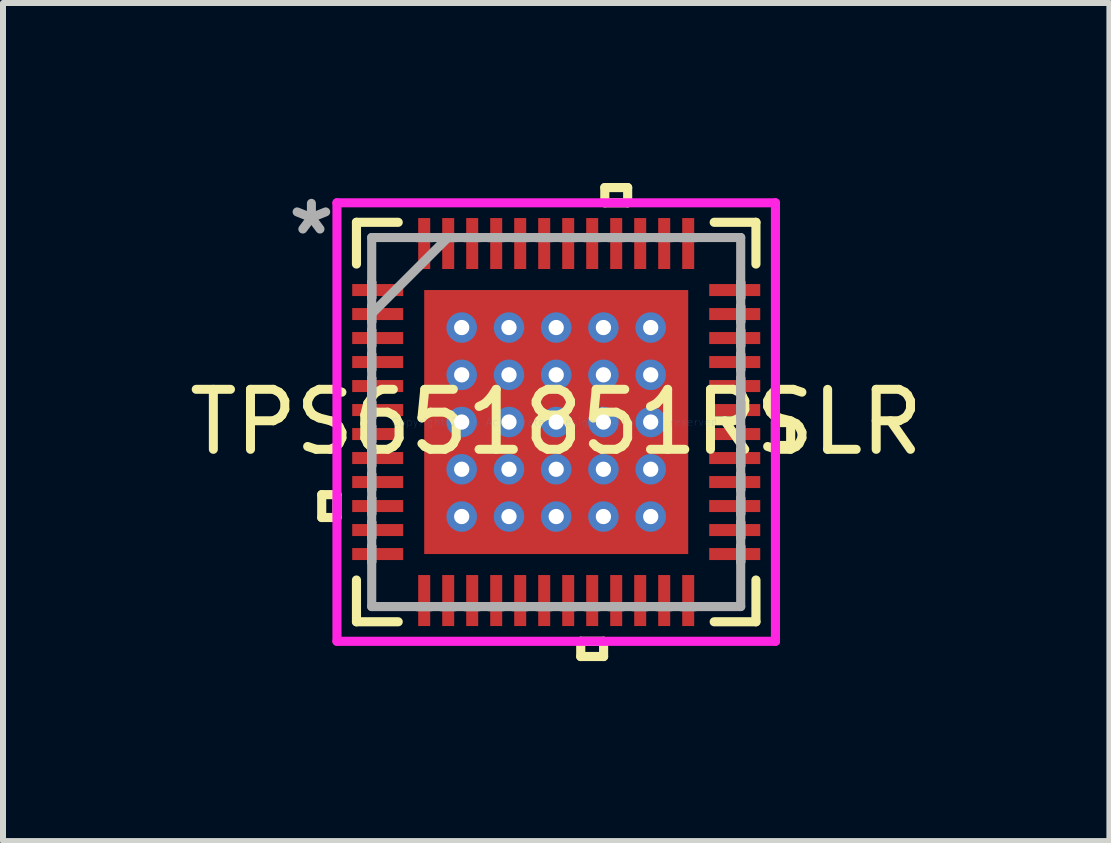
<source format=kicad_pcb>
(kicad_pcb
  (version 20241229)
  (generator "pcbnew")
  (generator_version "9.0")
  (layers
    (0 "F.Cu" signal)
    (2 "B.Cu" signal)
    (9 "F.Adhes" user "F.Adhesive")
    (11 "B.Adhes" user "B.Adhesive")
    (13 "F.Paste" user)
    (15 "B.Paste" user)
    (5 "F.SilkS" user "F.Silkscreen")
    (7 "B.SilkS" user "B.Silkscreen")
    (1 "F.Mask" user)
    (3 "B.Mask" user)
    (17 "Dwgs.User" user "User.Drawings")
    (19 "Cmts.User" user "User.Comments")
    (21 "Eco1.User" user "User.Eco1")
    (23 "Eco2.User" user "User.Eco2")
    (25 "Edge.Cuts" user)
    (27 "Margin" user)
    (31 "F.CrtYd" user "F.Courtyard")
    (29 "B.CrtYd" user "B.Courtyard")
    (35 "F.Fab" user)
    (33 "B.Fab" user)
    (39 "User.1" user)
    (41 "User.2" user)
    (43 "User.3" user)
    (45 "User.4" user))
  (footprint "TPS651851RSLR"
    (layer "F.Cu")
    (at 6.22 3.984)
    (property "Reference" "TPS651851RSLR" (at 0 0 0) (layer "F.SilkS") (effects (font (size 1 1) (thickness 0.15))))
    (attr through_hole)
    (fp_line (start -3.45 -2.35) (end -3.45 -2.05) (stroke (width 0.152) (type solid)) (layer "F.Mask"))
    (fp_line (start -3.45 -2.05) (end -2.5 -2.05) (stroke (width 0.152) (type solid)) (layer "F.Mask"))
    (fp_line (start -3.45 -1.95) (end -3.45 -1.65) (stroke (width 0.152) (type solid)) (layer "F.Mask"))
    (fp_line (start -3.45 -1.65) (end -2.5 -1.65) (stroke (width 0.152) (type solid)) (layer "F.Mask"))
    (fp_line (start -3.45 -1.55) (end -3.45 -1.25) (stroke (width 0.152) (type solid)) (layer "F.Mask"))
    (fp_line (start -3.45 -1.25) (end -2.5 -1.25) (stroke (width 0.152) (type solid)) (layer "F.Mask"))
    (fp_line (start -3.45 -1.15) (end -3.45 -0.85) (stroke (width 0.152) (type solid)) (layer "F.Mask"))
    (fp_line (start -3.45 -0.85) (end -2.5 -0.85) (stroke (width 0.152) (type solid)) (layer "F.Mask"))
    (fp_line (start -3.45 -0.75) (end -3.45 -0.45) (stroke (width 0.152) (type solid)) (layer "F.Mask"))
    (fp_line (start -3.45 -0.45) (end -2.5 -0.45) (stroke (width 0.152) (type solid)) (layer "F.Mask"))
    (fp_line (start -3.45 -0.35) (end -3.45 -0.05) (stroke (width 0.152) (type solid)) (layer "F.Mask"))
    (fp_line (start -3.45 -0.05) (end -2.5 -0.05) (stroke (width 0.152) (type solid)) (layer "F.Mask"))
    (fp_line (start -3.45 0.05) (end -3.45 0.35) (stroke (width 0.152) (type solid)) (layer "F.Mask"))
    (fp_line (start -3.45 0.35) (end -2.5 0.35) (stroke (width 0.152) (type solid)) (layer "F.Mask"))
    (fp_line (start -3.45 0.45) (end -3.45 0.75) (stroke (width 0.152) (type solid)) (layer "F.Mask"))
    (fp_line (start -3.45 0.75) (end -2.5 0.75) (stroke (width 0.152) (type solid)) (layer "F.Mask"))
    (fp_line (start -3.45 0.85) (end -3.45 1.15) (stroke (width 0.152) (type solid)) (layer "F.Mask"))
    (fp_line (start -3.45 1.15) (end -2.5 1.15) (stroke (width 0.152) (type solid)) (layer "F.Mask"))
    (fp_line (start -3.45 1.25) (end -3.45 1.55) (stroke (width 0.152) (type solid)) (layer "F.Mask"))
    (fp_line (start -3.45 1.55) (end -2.5 1.55) (stroke (width 0.152) (type solid)) (layer "F.Mask"))
    (fp_line (start -3.45 1.65) (end -3.45 1.95) (stroke (width 0.152) (type solid)) (layer "F.Mask"))
    (fp_line (start -3.45 1.95) (end -2.5 1.95) (stroke (width 0.152) (type solid)) (layer "F.Mask"))
    (fp_line (start -3.45 2.05) (end -3.45 2.35) (stroke (width 0.152) (type solid)) (layer "F.Mask"))
    (fp_line (start -3.45 2.35) (end -2.5 2.35) (stroke (width 0.152) (type solid)) (layer "F.Mask"))
    (fp_line (start -2.5 -2.35) (end -3.45 -2.35) (stroke (width 0.152) (type solid)) (layer "F.Mask"))
    (fp_line (start -2.5 -2.05) (end -2.5 -2.35) (stroke (width 0.152) (type solid)) (layer "F.Mask"))
    (fp_line (start -2.5 -1.95) (end -3.45 -1.95) (stroke (width 0.152) (type solid)) (layer "F.Mask"))
    (fp_line (start -2.5 -1.65) (end -2.5 -1.95) (stroke (width 0.152) (type solid)) (layer "F.Mask"))
    (fp_line (start -2.5 -1.55) (end -3.45 -1.55) (stroke (width 0.152) (type solid)) (layer "F.Mask"))
    (fp_line (start -2.5 -1.25) (end -2.5 -1.55) (stroke (width 0.152) (type solid)) (layer "F.Mask"))
    (fp_line (start -2.5 -1.15) (end -3.45 -1.15) (stroke (width 0.152) (type solid)) (layer "F.Mask"))
    (fp_line (start -2.5 -0.85) (end -2.5 -1.15) (stroke (width 0.152) (type solid)) (layer "F.Mask"))
    (fp_line (start -2.5 -0.75) (end -3.45 -0.75) (stroke (width 0.152) (type solid)) (layer "F.Mask"))
    (fp_line (start -2.5 -0.45) (end -2.5 -0.75) (stroke (width 0.152) (type solid)) (layer "F.Mask"))
    (fp_line (start -2.5 -0.35) (end -3.45 -0.35) (stroke (width 0.152) (type solid)) (layer "F.Mask"))
    (fp_line (start -2.5 -0.05) (end -2.5 -0.35) (stroke (width 0.152) (type solid)) (layer "F.Mask"))
    (fp_line (start -2.5 0.05) (end -3.45 0.05) (stroke (width 0.152) (type solid)) (layer "F.Mask"))
    (fp_line (start -2.5 0.35) (end -2.5 0.05) (stroke (width 0.152) (type solid)) (layer "F.Mask"))
    (fp_line (start -2.5 0.45) (end -3.45 0.45) (stroke (width 0.152) (type solid)) (layer "F.Mask"))
    (fp_line (start -2.5 0.75) (end -2.5 0.45) (stroke (width 0.152) (type solid)) (layer "F.Mask"))
    (fp_line (start -2.5 0.85) (end -3.45 0.85) (stroke (width 0.152) (type solid)) (layer "F.Mask"))
    (fp_line (start -2.5 1.15) (end -2.5 0.85) (stroke (width 0.152) (type solid)) (layer "F.Mask"))
    (fp_line (start -2.5 1.25) (end -3.45 1.25) (stroke (width 0.152) (type solid)) (layer "F.Mask"))
    (fp_line (start -2.5 1.55) (end -2.5 1.25) (stroke (width 0.152) (type solid)) (layer "F.Mask"))
    (fp_line (start -2.5 1.65) (end -3.45 1.65) (stroke (width 0.152) (type solid)) (layer "F.Mask"))
    (fp_line (start -2.5 1.95) (end -2.5 1.65) (stroke (width 0.152) (type solid)) (layer "F.Mask"))
    (fp_line (start -2.5 2.05) (end -3.45 2.05) (stroke (width 0.152) (type solid)) (layer "F.Mask"))
    (fp_line (start -2.5 2.35) (end -2.5 2.05) (stroke (width 0.152) (type solid)) (layer "F.Mask"))
    (fp_line (start -2.35 -3.45) (end -2.35 -2.5) (stroke (width 0.152) (type solid)) (layer "F.Mask"))
    (fp_line (start -2.35 -2.5) (end -2.05 -2.5) (stroke (width 0.152) (type solid)) (layer "F.Mask"))
    (fp_line (start -2.35 2.5) (end -2.35 3.45) (stroke (width 0.152) (type solid)) (layer "F.Mask"))
    (fp_line (start -2.35 3.45) (end -2.05 3.45) (stroke (width 0.152) (type solid)) (layer "F.Mask"))
    (fp_line (start -2.263 -2.263) (end -1.775 -2.263) (stroke (width 0.152) (type solid)) (layer "F.Mask"))
    (fp_line (start -2.263 -2.263) (end 2.263 -2.263) (stroke (width 0.152) (type solid)) (layer "F.Mask"))
    (fp_line (start -2.263 -1.775) (end -2.263 -2.263) (stroke (width 0.152) (type solid)) (layer "F.Mask"))
    (fp_line (start -2.263 -1.375) (end 2.263 -1.375) (stroke (width 0.152) (type solid)) (layer "F.Mask"))
    (fp_line (start -2.263 -0.987) (end -2.263 -1.375) (stroke (width 0.152) (type solid)) (layer "F.Mask"))
    (fp_line (start -2.263 -0.587) (end 2.263 -0.587) (stroke (width 0.152) (type solid)) (layer "F.Mask"))
    (fp_line (start -2.263 -0.2) (end -2.263 -0.587) (stroke (width 0.152) (type solid)) (layer "F.Mask"))
    (fp_line (start -2.263 0.2) (end 2.263 0.2) (stroke (width 0.152) (type solid)) (layer "F.Mask"))
    (fp_line (start -2.263 0.587) (end -2.263 0.2) (stroke (width 0.152) (type solid)) (layer "F.Mask"))
    (fp_line (start -2.263 0.987) (end 2.263 0.987) (stroke (width 0.152) (type solid)) (layer "F.Mask"))
    (fp_line (start -2.263 1.375) (end -2.263 0.987) (stroke (width 0.152) (type solid)) (layer "F.Mask"))
    (fp_line (start -2.263 1.775) (end 2.263 1.775) (stroke (width 0.152) (type solid)) (layer "F.Mask"))
    (fp_line (start -2.263 2.263) (end -2.263 -2.263) (stroke (width 0.152) (type solid)) (layer "F.Mask"))
    (fp_line (start -2.263 2.263) (end -2.263 1.775) (stroke (width 0.152) (type solid)) (layer "F.Mask"))
    (fp_line (start -2.05 -3.45) (end -2.35 -3.45) (stroke (width 0.152) (type solid)) (layer "F.Mask"))
    (fp_line (start -2.05 -2.5) (end -2.05 -3.45) (stroke (width 0.152) (type solid)) (layer "F.Mask"))
    (fp_line (start -2.05 2.5) (end -2.35 2.5) (stroke (width 0.152) (type solid)) (layer "F.Mask"))
    (fp_line (start -2.05 3.45) (end -2.05 2.5) (stroke (width 0.152) (type solid)) (layer "F.Mask"))
    (fp_line (start -1.95 -3.45) (end -1.95 -2.5) (stroke (width 0.152) (type solid)) (layer "F.Mask"))
    (fp_line (start -1.95 -2.5) (end -1.65 -2.5) (stroke (width 0.152) (type solid)) (layer "F.Mask"))
    (fp_line (start -1.95 2.5) (end -1.95 3.45) (stroke (width 0.152) (type solid)) (layer "F.Mask"))
    (fp_line (start -1.95 3.45) (end -1.65 3.45) (stroke (width 0.152) (type solid)) (layer "F.Mask"))
    (fp_line (start -1.775 -2.263) (end -1.775 2.263) (stroke (width 0.152) (type solid)) (layer "F.Mask"))
    (fp_line (start -1.775 2.263) (end -2.263 2.263) (stroke (width 0.152) (type solid)) (layer "F.Mask"))
    (fp_line (start -1.65 -3.45) (end -1.95 -3.45) (stroke (width 0.152) (type solid)) (layer "F.Mask"))
    (fp_line (start -1.65 -2.5) (end -1.65 -3.45) (stroke (width 0.152) (type solid)) (layer "F.Mask"))
    (fp_line (start -1.65 2.5) (end -1.95 2.5) (stroke (width 0.152) (type solid)) (layer "F.Mask"))
    (fp_line (start -1.65 3.45) (end -1.65 2.5) (stroke (width 0.152) (type solid)) (layer "F.Mask"))
    (fp_line (start -1.55 -3.45) (end -1.55 -2.5) (stroke (width 0.152) (type solid)) (layer "F.Mask"))
    (fp_line (start -1.55 -2.5) (end -1.25 -2.5) (stroke (width 0.152) (type solid)) (layer "F.Mask"))
    (fp_line (start -1.55 2.5) (end -1.55 3.45) (stroke (width 0.152) (type solid)) (layer "F.Mask"))
    (fp_line (start -1.55 3.45) (end -1.25 3.45) (stroke (width 0.152) (type solid)) (layer "F.Mask"))
    (fp_line (start -1.375 -2.263) (end -1.375 2.263) (stroke (width 0.152) (type solid)) (layer "F.Mask"))
    (fp_line (start -1.375 2.263) (end -0.987 2.263) (stroke (width 0.152) (type solid)) (layer "F.Mask"))
    (fp_line (start -1.25 -3.45) (end -1.55 -3.45) (stroke (width 0.152) (type solid)) (layer "F.Mask"))
    (fp_line (start -1.25 -2.5) (end -1.25 -3.45) (stroke (width 0.152) (type solid)) (layer "F.Mask"))
    (fp_line (start -1.25 2.5) (end -1.55 2.5) (stroke (width 0.152) (type solid)) (layer "F.Mask"))
    (fp_line (start -1.25 3.45) (end -1.25 2.5) (stroke (width 0.152) (type solid)) (layer "F.Mask"))
    (fp_line (start -1.15 -3.45) (end -1.15 -2.5) (stroke (width 0.152) (type solid)) (layer "F.Mask"))
    (fp_line (start -1.15 -2.5) (end -0.85 -2.5) (stroke (width 0.152) (type solid)) (layer "F.Mask"))
    (fp_line (start -1.15 2.5) (end -1.15 3.45) (stroke (width 0.152) (type solid)) (layer "F.Mask"))
    (fp_line (start -1.15 3.45) (end -0.85 3.45) (stroke (width 0.152) (type solid)) (layer "F.Mask"))
    (fp_line (start -0.987 -2.263) (end -1.375 -2.263) (stroke (width 0.152) (type solid)) (layer "F.Mask"))
    (fp_line (start -0.987 2.263) (end -0.987 -2.263) (stroke (width 0.152) (type solid)) (layer "F.Mask"))
    (fp_line (start -0.85 -3.45) (end -1.15 -3.45) (stroke (width 0.152) (type solid)) (layer "F.Mask"))
    (fp_line (start -0.85 -2.5) (end -0.85 -3.45) (stroke (width 0.152) (type solid)) (layer "F.Mask"))
    (fp_line (start -0.85 2.5) (end -1.15 2.5) (stroke (width 0.152) (type solid)) (layer "F.Mask"))
    (fp_line (start -0.85 3.45) (end -0.85 2.5) (stroke (width 0.152) (type solid)) (layer "F.Mask"))
    (fp_line (start -0.75 2.5) (end -0.75 3.45) (stroke (width 0.152) (type solid)) (layer "F.Mask"))
    (fp_line (start -0.75 3.45) (end -0.45 3.45) (stroke (width 0.152) (type solid)) (layer "F.Mask"))
    (fp_line (start -0.75 -3.45) (end -0.75 -2.5) (stroke (width 0.152) (type solid)) (layer "F.Mask"))
    (fp_line (start -0.75 -2.5) (end -0.45 -2.5) (stroke (width 0.152) (type solid)) (layer "F.Mask"))
    (fp_line (start -0.587 -2.263) (end -0.587 2.263) (stroke (width 0.152) (type solid)) (layer "F.Mask"))
    (fp_line (start -0.587 2.263) (end -0.2 2.263) (stroke (width 0.152) (type solid)) (layer "F.Mask"))
    (fp_line (start -0.45 -3.45) (end -0.75 -3.45) (stroke (width 0.152) (type solid)) (layer "F.Mask"))
    (fp_line (start -0.45 -2.5) (end -0.45 -3.45) (stroke (width 0.152) (type solid)) (layer "F.Mask"))
    (fp_line (start -0.45 2.5) (end -0.75 2.5) (stroke (width 0.152) (type solid)) (layer "F.Mask"))
    (fp_line (start -0.45 3.45) (end -0.45 2.5) (stroke (width 0.152) (type solid)) (layer "F.Mask"))
    (fp_line (start -0.35 -3.45) (end -0.35 -2.5) (stroke (width 0.152) (type solid)) (layer "F.Mask"))
    (fp_line (start -0.35 -2.5) (end -0.05 -2.5) (stroke (width 0.152) (type solid)) (layer "F.Mask"))
    (fp_line (start -0.35 2.5) (end -0.35 3.45) (stroke (width 0.152) (type solid)) (layer "F.Mask"))
    (fp_line (start -0.35 3.45) (end -0.05 3.45) (stroke (width 0.152) (type solid)) (layer "F.Mask"))
    (fp_line (start -0.2 -2.263) (end -0.587 -2.263) (stroke (width 0.152) (type solid)) (layer "F.Mask"))
    (fp_line (start -0.2 2.263) (end -0.2 -2.263) (stroke (width 0.152) (type solid)) (layer "F.Mask"))
    (fp_line (start -0.05 -3.45) (end -0.35 -3.45) (stroke (width 0.152) (type solid)) (layer "F.Mask"))
    (fp_line (start -0.05 -2.5) (end -0.05 -3.45) (stroke (width 0.152) (type solid)) (layer "F.Mask"))
    (fp_line (start -0.05 2.5) (end -0.35 2.5) (stroke (width 0.152) (type solid)) (layer "F.Mask"))
    (fp_line (start -0.05 3.45) (end -0.05 2.5) (stroke (width 0.152) (type solid)) (layer "F.Mask"))
    (fp_line (start 0.05 -3.45) (end 0.05 -2.5) (stroke (width 0.152) (type solid)) (layer "F.Mask"))
    (fp_line (start 0.05 -2.5) (end 0.35 -2.5) (stroke (width 0.152) (type solid)) (layer "F.Mask"))
    (fp_line (start 0.05 2.5) (end 0.05 3.45) (stroke (width 0.152) (type solid)) (layer "F.Mask"))
    (fp_line (start 0.05 3.45) (end 0.35 3.45) (stroke (width 0.152) (type solid)) (layer "F.Mask"))
    (fp_line (start 0.2 -2.263) (end 0.2 2.263) (stroke (width 0.152) (type solid)) (layer "F.Mask"))
    (fp_line (start 0.2 2.263) (end 0.587 2.263) (stroke (width 0.152) (type solid)) (layer "F.Mask"))
    (fp_line (start 0.35 -3.45) (end 0.05 -3.45) (stroke (width 0.152) (type solid)) (layer "F.Mask"))
    (fp_line (start 0.35 -2.5) (end 0.35 -3.45) (stroke (width 0.152) (type solid)) (layer "F.Mask"))
    (fp_line (start 0.35 2.5) (end 0.05 2.5) (stroke (width 0.152) (type solid)) (layer "F.Mask"))
    (fp_line (start 0.35 3.45) (end 0.35 2.5) (stroke (width 0.152) (type solid)) (layer "F.Mask"))
    (fp_line (start 0.45 -3.45) (end 0.45 -2.5) (stroke (width 0.152) (type solid)) (layer "F.Mask"))
    (fp_line (start 0.45 -2.5) (end 0.75 -2.5) (stroke (width 0.152) (type solid)) (layer "F.Mask"))
    (fp_line (start 0.45 2.5) (end 0.45 3.45) (stroke (width 0.152) (type solid)) (layer "F.Mask"))
    (fp_line (start 0.45 3.45) (end 0.75 3.45) (stroke (width 0.152) (type solid)) (layer "F.Mask"))
    (fp_line (start 0.587 -2.263) (end 0.2 -2.263) (stroke (width 0.152) (type solid)) (layer "F.Mask"))
    (fp_line (start 0.587 2.263) (end 0.587 -2.263) (stroke (width 0.152) (type solid)) (layer "F.Mask"))
    (fp_line (start 0.75 2.5) (end 0.45 2.5) (stroke (width 0.152) (type solid)) (layer "F.Mask"))
    (fp_line (start 0.75 3.45) (end 0.75 2.5) (stroke (width 0.152) (type solid)) (layer "F.Mask"))
    (fp_line (start 0.75 -3.45) (end 0.45 -3.45) (stroke (width 0.152) (type solid)) (layer "F.Mask"))
    (fp_line (start 0.75 -2.5) (end 0.75 -3.45) (stroke (width 0.152) (type solid)) (layer "F.Mask"))
    (fp_line (start 0.85 -3.45) (end 0.85 -2.5) (stroke (width 0.152) (type solid)) (layer "F.Mask"))
    (fp_line (start 0.85 -2.5) (end 1.15 -2.5) (stroke (width 0.152) (type solid)) (layer "F.Mask"))
    (fp_line (start 0.85 2.5) (end 0.85 3.45) (stroke (width 0.152) (type solid)) (layer "F.Mask"))
    (fp_line (start 0.85 3.45) (end 1.15 3.45) (stroke (width 0.152) (type solid)) (layer "F.Mask"))
    (fp_line (start 0.987 -2.263) (end 0.987 2.263) (stroke (width 0.152) (type solid)) (layer "F.Mask"))
    (fp_line (start 0.987 2.263) (end 1.375 2.263) (stroke (width 0.152) (type solid)) (layer "F.Mask"))
    (fp_line (start 1.15 -3.45) (end 0.85 -3.45) (stroke (width 0.152) (type solid)) (layer "F.Mask"))
    (fp_line (start 1.15 -2.5) (end 1.15 -3.45) (stroke (width 0.152) (type solid)) (layer "F.Mask"))
    (fp_line (start 1.15 2.5) (end 0.85 2.5) (stroke (width 0.152) (type solid)) (layer "F.Mask"))
    (fp_line (start 1.15 3.45) (end 1.15 2.5) (stroke (width 0.152) (type solid)) (layer "F.Mask"))
    (fp_line (start 1.25 -3.45) (end 1.25 -2.5) (stroke (width 0.152) (type solid)) (layer "F.Mask"))
    (fp_line (start 1.25 -2.5) (end 1.55 -2.5) (stroke (width 0.152) (type solid)) (layer "F.Mask"))
    (fp_line (start 1.25 2.5) (end 1.25 3.45) (stroke (width 0.152) (type solid)) (layer "F.Mask"))
    (fp_line (start 1.25 3.45) (end 1.55 3.45) (stroke (width 0.152) (type solid)) (layer "F.Mask"))
    (fp_line (start 1.375 -2.263) (end 0.987 -2.263) (stroke (width 0.152) (type solid)) (layer "F.Mask"))
    (fp_line (start 1.375 2.263) (end 1.375 -2.263) (stroke (width 0.152) (type solid)) (layer "F.Mask"))
    (fp_line (start 1.55 -3.45) (end 1.25 -3.45) (stroke (width 0.152) (type solid)) (layer "F.Mask"))
    (fp_line (start 1.55 -2.5) (end 1.55 -3.45) (stroke (width 0.152) (type solid)) (layer "F.Mask"))
    (fp_line (start 1.55 2.5) (end 1.25 2.5) (stroke (width 0.152) (type solid)) (layer "F.Mask"))
    (fp_line (start 1.55 3.45) (end 1.55 2.5) (stroke (width 0.152) (type solid)) (layer "F.Mask"))
    (fp_line (start 1.65 -3.45) (end 1.65 -2.5) (stroke (width 0.152) (type solid)) (layer "F.Mask"))
    (fp_line (start 1.65 -2.5) (end 1.95 -2.5) (stroke (width 0.152) (type solid)) (layer "F.Mask"))
    (fp_line (start 1.65 2.5) (end 1.65 3.45) (stroke (width 0.152) (type solid)) (layer "F.Mask"))
    (fp_line (start 1.65 3.45) (end 1.95 3.45) (stroke (width 0.152) (type solid)) (layer "F.Mask"))
    (fp_line (start 1.775 -2.263) (end 2.263 -2.263) (stroke (width 0.152) (type solid)) (layer "F.Mask"))
    (fp_line (start 1.775 2.263) (end 1.775 -2.263) (stroke (width 0.152) (type solid)) (layer "F.Mask"))
    (fp_line (start 1.95 -3.45) (end 1.65 -3.45) (stroke (width 0.152) (type solid)) (layer "F.Mask"))
    (fp_line (start 1.95 -2.5) (end 1.95 -3.45) (stroke (width 0.152) (type solid)) (layer "F.Mask"))
    (fp_line (start 1.95 2.5) (end 1.65 2.5) (stroke (width 0.152) (type solid)) (layer "F.Mask"))
    (fp_line (start 1.95 3.45) (end 1.95 2.5) (stroke (width 0.152) (type solid)) (layer "F.Mask"))
    (fp_line (start 2.05 -3.45) (end 2.05 -2.5) (stroke (width 0.152) (type solid)) (layer "F.Mask"))
    (fp_line (start 2.05 -2.5) (end 2.35 -2.5) (stroke (width 0.152) (type solid)) (layer "F.Mask"))
    (fp_line (start 2.05 2.5) (end 2.05 3.45) (stroke (width 0.152) (type solid)) (layer "F.Mask"))
    (fp_line (start 2.05 3.45) (end 2.35 3.45) (stroke (width 0.152) (type solid)) (layer "F.Mask"))
    (fp_line (start 2.263 -2.263) (end 2.263 -1.775) (stroke (width 0.152) (type solid)) (layer "F.Mask"))
    (fp_line (start 2.263 -2.263) (end 2.263 2.263) (stroke (width 0.152) (type solid)) (layer "F.Mask"))
    (fp_line (start 2.263 -1.775) (end -2.263 -1.775) (stroke (width 0.152) (type solid)) (layer "F.Mask"))
    (fp_line (start 2.263 -1.375) (end 2.263 -0.987) (stroke (width 0.152) (type solid)) (layer "F.Mask"))
    (fp_line (start 2.263 -0.987) (end -2.263 -0.987) (stroke (width 0.152) (type solid)) (layer "F.Mask"))
    (fp_line (start 2.263 -0.587) (end 2.263 -0.2) (stroke (width 0.152) (type solid)) (layer "F.Mask"))
    (fp_line (start 2.263 -0.2) (end -2.263 -0.2) (stroke (width 0.152) (type solid)) (layer "F.Mask"))
    (fp_line (start 2.263 0.2) (end 2.263 0.587) (stroke (width 0.152) (type solid)) (layer "F.Mask"))
    (fp_line (start 2.263 0.587) (end -2.263 0.587) (stroke (width 0.152) (type solid)) (layer "F.Mask"))
    (fp_line (start 2.263 0.987) (end 2.263 1.375) (stroke (width 0.152) (type solid)) (layer "F.Mask"))
    (fp_line (start 2.263 1.375) (end -2.263 1.375) (stroke (width 0.152) (type solid)) (layer "F.Mask"))
    (fp_line (start 2.263 1.775) (end 2.263 2.263) (stroke (width 0.152) (type solid)) (layer "F.Mask"))
    (fp_line (start 2.263 2.263) (end -2.263 2.263) (stroke (width 0.152) (type solid)) (layer "F.Mask"))
    (fp_line (start 2.263 2.263) (end 1.775 2.263) (stroke (width 0.152) (type solid)) (layer "F.Mask"))
    (fp_line (start 2.35 -3.45) (end 2.05 -3.45) (stroke (width 0.152) (type solid)) (layer "F.Mask"))
    (fp_line (start 2.35 -2.5) (end 2.35 -3.45) (stroke (width 0.152) (type solid)) (layer "F.Mask"))
    (fp_line (start 2.35 2.5) (end 2.05 2.5) (stroke (width 0.152) (type solid)) (layer "F.Mask"))
    (fp_line (start 2.35 3.45) (end 2.35 2.5) (stroke (width 0.152) (type solid)) (layer "F.Mask"))
    (fp_line (start 2.5 -2.35) (end 2.5 -2.05) (stroke (width 0.152) (type solid)) (layer "F.Mask"))
    (fp_line (start 2.5 -2.05) (end 3.45 -2.05) (stroke (width 0.152) (type solid)) (layer "F.Mask"))
    (fp_line (start 2.5 -1.95) (end 2.5 -1.65) (stroke (width 0.152) (type solid)) (layer "F.Mask"))
    (fp_line (start 2.5 -1.65) (end 3.45 -1.65) (stroke (width 0.152) (type solid)) (layer "F.Mask"))
    (fp_line (start 2.5 -1.55) (end 2.5 -1.25) (stroke (width 0.152) (type solid)) (layer "F.Mask"))
    (fp_line (start 2.5 -1.25) (end 3.45 -1.25) (stroke (width 0.152) (type solid)) (layer "F.Mask"))
    (fp_line (start 2.5 -1.15) (end 2.5 -0.85) (stroke (width 0.152) (type solid)) (layer "F.Mask"))
    (fp_line (start 2.5 -0.85) (end 3.45 -0.85) (stroke (width 0.152) (type solid)) (layer "F.Mask"))
    (fp_line (start 2.5 -0.75) (end 2.5 -0.45) (stroke (width 0.152) (type solid)) (layer "F.Mask"))
    (fp_line (start 2.5 -0.45) (end 3.45 -0.45) (stroke (width 0.152) (type solid)) (layer "F.Mask"))
    (fp_line (start 2.5 -0.35) (end 2.5 -0.05) (stroke (width 0.152) (type solid)) (layer "F.Mask"))
    (fp_line (start 2.5 -0.05) (end 3.45 -0.05) (stroke (width 0.152) (type solid)) (layer "F.Mask"))
    (fp_line (start 2.5 0.05) (end 2.5 0.35) (stroke (width 0.152) (type solid)) (layer "F.Mask"))
    (fp_line (start 2.5 0.35) (end 3.45 0.35) (stroke (width 0.152) (type solid)) (layer "F.Mask"))
    (fp_line (start 2.5 0.45) (end 2.5 0.75) (stroke (width 0.152) (type solid)) (layer "F.Mask"))
    (fp_line (start 2.5 0.75) (end 3.45 0.75) (stroke (width 0.152) (type solid)) (layer "F.Mask"))
    (fp_line (start 2.5 0.85) (end 2.5 1.15) (stroke (width 0.152) (type solid)) (layer "F.Mask"))
    (fp_line (start 2.5 1.15) (end 3.45 1.15) (stroke (width 0.152) (type solid)) (layer "F.Mask"))
    (fp_line (start 2.5 1.25) (end 2.5 1.55) (stroke (width 0.152) (type solid)) (layer "F.Mask"))
    (fp_line (start 2.5 1.55) (end 3.45 1.55) (stroke (width 0.152) (type solid)) (layer "F.Mask"))
    (fp_line (start 2.5 1.65) (end 2.5 1.95) (stroke (width 0.152) (type solid)) (layer "F.Mask"))
    (fp_line (start 2.5 1.95) (end 3.45 1.95) (stroke (width 0.152) (type solid)) (layer "F.Mask"))
    (fp_line (start 2.5 2.05) (end 2.5 2.35) (stroke (width 0.152) (type solid)) (layer "F.Mask"))
    (fp_line (start 2.5 2.35) (end 3.45 2.35) (stroke (width 0.152) (type solid)) (layer "F.Mask"))
    (fp_line (start 3.45 -2.35) (end 2.5 -2.35) (stroke (width 0.152) (type solid)) (layer "F.Mask"))
    (fp_line (start 3.45 -2.05) (end 3.45 -2.35) (stroke (width 0.152) (type solid)) (layer "F.Mask"))
    (fp_line (start 3.45 -1.95) (end 2.5 -1.95) (stroke (width 0.152) (type solid)) (layer "F.Mask"))
    (fp_line (start 3.45 -1.65) (end 3.45 -1.95) (stroke (width 0.152) (type solid)) (layer "F.Mask"))
    (fp_line (start 3.45 -1.55) (end 2.5 -1.55) (stroke (width 0.152) (type solid)) (layer "F.Mask"))
    (fp_line (start 3.45 -1.25) (end 3.45 -1.55) (stroke (width 0.152) (type solid)) (layer "F.Mask"))
    (fp_line (start 3.45 -1.15) (end 2.5 -1.15) (stroke (width 0.152) (type solid)) (layer "F.Mask"))
    (fp_line (start 3.45 -0.85) (end 3.45 -1.15) (stroke (width 0.152) (type solid)) (layer "F.Mask"))
    (fp_line (start 3.45 -0.75) (end 2.5 -0.75) (stroke (width 0.152) (type solid)) (layer "F.Mask"))
    (fp_line (start 3.45 -0.45) (end 3.45 -0.75) (stroke (width 0.152) (type solid)) (layer "F.Mask"))
    (fp_line (start 3.45 -0.35) (end 2.5 -0.35) (stroke (width 0.152) (type solid)) (layer "F.Mask"))
    (fp_line (start 3.45 -0.05) (end 3.45 -0.35) (stroke (width 0.152) (type solid)) (layer "F.Mask"))
    (fp_line (start 3.45 0.05) (end 2.5 0.05) (stroke (width 0.152) (type solid)) (layer "F.Mask"))
    (fp_line (start 3.45 0.35) (end 3.45 0.05) (stroke (width 0.152) (type solid)) (layer "F.Mask"))
    (fp_line (start 3.45 0.45) (end 2.5 0.45) (stroke (width 0.152) (type solid)) (layer "F.Mask"))
    (fp_line (start 3.45 0.75) (end 3.45 0.45) (stroke (width 0.152) (type solid)) (layer "F.Mask"))
    (fp_line (start 3.45 0.85) (end 2.5 0.85) (stroke (width 0.152) (type solid)) (layer "F.Mask"))
    (fp_line (start 3.45 1.15) (end 3.45 0.85) (stroke (width 0.152) (type solid)) (layer "F.Mask"))
    (fp_line (start 3.45 1.25) (end 2.5 1.25) (stroke (width 0.152) (type solid)) (layer "F.Mask"))
    (fp_line (start 3.45 1.55) (end 3.45 1.25) (stroke (width 0.152) (type solid)) (layer "F.Mask"))
    (fp_line (start 3.45 1.65) (end 2.5 1.65) (stroke (width 0.152) (type solid)) (layer "F.Mask"))
    (fp_line (start 3.45 1.95) (end 3.45 1.65) (stroke (width 0.152) (type solid)) (layer "F.Mask"))
    (fp_line (start 3.45 2.05) (end 2.5 2.05) (stroke (width 0.152) (type solid)) (layer "F.Mask"))
    (fp_line (start 3.45 2.35) (end 3.45 2.05) (stroke (width 0.152) (type solid)) (layer "F.Mask"))
    (fp_line (start -3.908 1.21) (end -3.908 1.591) (stroke (width 0.152) (type solid)) (layer "F.SilkS"))
    (fp_line (start -3.908 1.591) (end -3.654 1.591) (stroke (width 0.152) (type solid)) (layer "F.SilkS"))
    (fp_line (start -3.654 1.21) (end -3.908 1.21) (stroke (width 0.152) (type solid)) (layer "F.SilkS"))
    (fp_line (start -3.654 1.591) (end -3.654 1.21) (stroke (width 0.152) (type solid)) (layer "F.SilkS"))
    (fp_line (start -3.329 -3.329) (end -3.329 -2.633) (stroke (width 0.152) (type solid)) (layer "F.SilkS"))
    (fp_line (start -3.329 2.633) (end -3.329 3.329) (stroke (width 0.152) (type solid)) (layer "F.SilkS"))
    (fp_line (start -3.329 3.329) (end -2.633 3.329) (stroke (width 0.152) (type solid)) (layer "F.SilkS"))
    (fp_line (start -2.633 -3.329) (end -3.329 -3.329) (stroke (width 0.152) (type solid)) (layer "F.SilkS"))
    (fp_line (start 0.409 3.654) (end 0.409 3.908) (stroke (width 0.152) (type solid)) (layer "F.SilkS"))
    (fp_line (start 0.409 3.908) (end 0.79 3.908) (stroke (width 0.152) (type solid)) (layer "F.SilkS"))
    (fp_line (start 0.79 3.654) (end 0.409 3.654) (stroke (width 0.152) (type solid)) (layer "F.SilkS"))
    (fp_line (start 0.79 3.908) (end 0.79 3.654) (stroke (width 0.152) (type solid)) (layer "F.SilkS"))
    (fp_line (start 0.81 -3.908) (end 1.191 -3.908) (stroke (width 0.152) (type solid)) (layer "F.SilkS"))
    (fp_line (start 0.81 -3.654) (end 0.81 -3.908) (stroke (width 0.152) (type solid)) (layer "F.SilkS"))
    (fp_line (start 1.191 -3.908) (end 1.191 -3.654) (stroke (width 0.152) (type solid)) (layer "F.SilkS"))
    (fp_line (start 1.191 -3.654) (end 0.81 -3.654) (stroke (width 0.152) (type solid)) (layer "F.SilkS"))
    (fp_line (start 2.633 3.329) (end 3.329 3.329) (stroke (width 0.152) (type solid)) (layer "F.SilkS"))
    (fp_line (start 3.329 -3.329) (end 2.633 -3.329) (stroke (width 0.152) (type solid)) (layer "F.SilkS"))
    (fp_line (start 3.329 -2.633) (end 3.329 -3.329) (stroke (width 0.152) (type solid)) (layer "F.SilkS"))
    (fp_line (start 3.329 3.329) (end 3.329 2.633) (stroke (width 0.152) (type solid)) (layer "F.SilkS"))
    (fp_line (start 3.654 0.009) (end 3.908 0.009) (stroke (width 0.152) (type solid)) (layer "F.SilkS"))
    (fp_line (start 3.654 0.391) (end 3.654 0.009) (stroke (width 0.152) (type solid)) (layer "F.SilkS"))
    (fp_line (start 3.908 0.009) (end 3.908 0.391) (stroke (width 0.152) (type solid)) (layer "F.SilkS"))
    (fp_line (start 3.908 0.391) (end 3.654 0.391) (stroke (width 0.152) (type solid)) (layer "F.SilkS"))
    (fp_line (start -3.375 -2.275) (end -3.375 -2.125) (stroke (width 0.152) (type solid)) (layer "F.Paste"))
    (fp_line (start -3.375 -2.125) (end -2.575 -2.125) (stroke (width 0.152) (type solid)) (layer "F.Paste"))
    (fp_line (start -3.375 -1.875) (end -3.375 -1.725) (stroke (width 0.152) (type solid)) (layer "F.Paste"))
    (fp_line (start -3.375 -1.725) (end -2.575 -1.725) (stroke (width 0.152) (type solid)) (layer "F.Paste"))
    (fp_line (start -3.375 -1.475) (end -3.375 -1.325) (stroke (width 0.152) (type solid)) (layer "F.Paste"))
    (fp_line (start -3.375 -1.325) (end -2.575 -1.325) (stroke (width 0.152) (type solid)) (layer "F.Paste"))
    (fp_line (start -3.375 -1.075) (end -3.375 -0.925) (stroke (width 0.152) (type solid)) (layer "F.Paste"))
    (fp_line (start -3.375 -0.925) (end -2.575 -0.925) (stroke (width 0.152) (type solid)) (layer "F.Paste"))
    (fp_line (start -3.375 -0.675) (end -3.375 -0.525) (stroke (width 0.152) (type solid)) (layer "F.Paste"))
    (fp_line (start -3.375 -0.525) (end -2.575 -0.525) (stroke (width 0.152) (type solid)) (layer "F.Paste"))
    (fp_line (start -3.375 -0.275) (end -3.375 -0.125) (stroke (width 0.152) (type solid)) (layer "F.Paste"))
    (fp_line (start -3.375 -0.125) (end -2.575 -0.125) (stroke (width 0.152) (type solid)) (layer "F.Paste"))
    (fp_line (start -3.375 0.125) (end -3.375 0.275) (stroke (width 0.152) (type solid)) (layer "F.Paste"))
    (fp_line (start -3.375 0.275) (end -2.575 0.275) (stroke (width 0.152) (type solid)) (layer "F.Paste"))
    (fp_line (start -3.375 0.525) (end -3.375 0.675) (stroke (width 0.152) (type solid)) (layer "F.Paste"))
    (fp_line (start -3.375 0.675) (end -2.575 0.675) (stroke (width 0.152) (type solid)) (layer "F.Paste"))
    (fp_line (start -3.375 0.925) (end -3.375 1.075) (stroke (width 0.152) (type solid)) (layer "F.Paste"))
    (fp_line (start -3.375 1.075) (end -2.575 1.075) (stroke (width 0.152) (type solid)) (layer "F.Paste"))
    (fp_line (start -3.375 1.325) (end -3.375 1.475) (stroke (width 0.152) (type solid)) (layer "F.Paste"))
    (fp_line (start -3.375 1.475) (end -2.575 1.475) (stroke (width 0.152) (type solid)) (layer "F.Paste"))
    (fp_line (start -3.375 1.725) (end -3.375 1.875) (stroke (width 0.152) (type solid)) (layer "F.Paste"))
    (fp_line (start -3.375 1.875) (end -2.575 1.875) (stroke (width 0.152) (type solid)) (layer "F.Paste"))
    (fp_line (start -3.375 2.125) (end -3.375 2.275) (stroke (width 0.152) (type solid)) (layer "F.Paste"))
    (fp_line (start -3.375 2.275) (end -2.575 2.275) (stroke (width 0.152) (type solid)) (layer "F.Paste"))
    (fp_line (start -2.575 -2.275) (end -3.375 -2.275) (stroke (width 0.152) (type solid)) (layer "F.Paste"))
    (fp_line (start -2.575 -2.125) (end -2.575 -2.275) (stroke (width 0.152) (type solid)) (layer "F.Paste"))
    (fp_line (start -2.575 -1.875) (end -3.375 -1.875) (stroke (width 0.152) (type solid)) (layer "F.Paste"))
    (fp_line (start -2.575 -1.725) (end -2.575 -1.875) (stroke (width 0.152) (type solid)) (layer "F.Paste"))
    (fp_line (start -2.575 -1.475) (end -3.375 -1.475) (stroke (width 0.152) (type solid)) (layer "F.Paste"))
    (fp_line (start -2.575 -1.325) (end -2.575 -1.475) (stroke (width 0.152) (type solid)) (layer "F.Paste"))
    (fp_line (start -2.575 -1.075) (end -3.375 -1.075) (stroke (width 0.152) (type solid)) (layer "F.Paste"))
    (fp_line (start -2.575 -0.925) (end -2.575 -1.075) (stroke (width 0.152) (type solid)) (layer "F.Paste"))
    (fp_line (start -2.575 -0.675) (end -3.375 -0.675) (stroke (width 0.152) (type solid)) (layer "F.Paste"))
    (fp_line (start -2.575 -0.525) (end -2.575 -0.675) (stroke (width 0.152) (type solid)) (layer "F.Paste"))
    (fp_line (start -2.575 -0.275) (end -3.375 -0.275) (stroke (width 0.152) (type solid)) (layer "F.Paste"))
    (fp_line (start -2.575 -0.125) (end -2.575 -0.275) (stroke (width 0.152) (type solid)) (layer "F.Paste"))
    (fp_line (start -2.575 0.125) (end -3.375 0.125) (stroke (width 0.152) (type solid)) (layer "F.Paste"))
    (fp_line (start -2.575 0.275) (end -2.575 0.125) (stroke (width 0.152) (type solid)) (layer "F.Paste"))
    (fp_line (start -2.575 0.525) (end -3.375 0.525) (stroke (width 0.152) (type solid)) (layer "F.Paste"))
    (fp_line (start -2.575 0.675) (end -2.575 0.525) (stroke (width 0.152) (type solid)) (layer "F.Paste"))
    (fp_line (start -2.575 0.925) (end -3.375 0.925) (stroke (width 0.152) (type solid)) (layer "F.Paste"))
    (fp_line (start -2.575 1.075) (end -2.575 0.925) (stroke (width 0.152) (type solid)) (layer "F.Paste"))
    (fp_line (start -2.575 1.325) (end -3.375 1.325) (stroke (width 0.152) (type solid)) (layer "F.Paste"))
    (fp_line (start -2.575 1.475) (end -2.575 1.325) (stroke (width 0.152) (type solid)) (layer "F.Paste"))
    (fp_line (start -2.575 1.725) (end -3.375 1.725) (stroke (width 0.152) (type solid)) (layer "F.Paste"))
    (fp_line (start -2.575 1.875) (end -2.575 1.725) (stroke (width 0.152) (type solid)) (layer "F.Paste"))
    (fp_line (start -2.575 2.125) (end -3.375 2.125) (stroke (width 0.152) (type solid)) (layer "F.Paste"))
    (fp_line (start -2.575 2.275) (end -2.575 2.125) (stroke (width 0.152) (type solid)) (layer "F.Paste"))
    (fp_line (start -2.275 -3.375) (end -2.275 -2.575) (stroke (width 0.152) (type solid)) (layer "F.Paste"))
    (fp_line (start -2.275 -2.575) (end -2.125 -2.575) (stroke (width 0.152) (type solid)) (layer "F.Paste"))
    (fp_line (start -2.275 2.575) (end -2.275 3.375) (stroke (width 0.152) (type solid)) (layer "F.Paste"))
    (fp_line (start -2.275 3.375) (end -2.125 3.375) (stroke (width 0.152) (type solid)) (layer "F.Paste"))
    (fp_line (start -2.125 -2.125) (end -2.125 -1.675) (stroke (width 0.152) (type solid)) (layer "F.Paste"))
    (fp_line (start -2.125 -1.675) (end -1.816 -1.675) (stroke (width 0.152) (type solid)) (layer "F.Paste"))
    (fp_line (start -2.125 -1.475) (end -2.125 -0.887) (stroke (width 0.152) (type solid)) (layer "F.Paste"))
    (fp_line (start -2.125 -0.887) (end -1.816 -0.887) (stroke (width 0.152) (type solid)) (layer "F.Paste"))
    (fp_line (start -2.125 -0.687) (end -2.125 -0.1) (stroke (width 0.152) (type solid)) (layer "F.Paste"))
    (fp_line (start -2.125 -0.1) (end -1.816 -0.1) (stroke (width 0.152) (type solid)) (layer "F.Paste"))
    (fp_line (start -2.125 0.1) (end -2.125 0.687) (stroke (width 0.152) (type solid)) (layer "F.Paste"))
    (fp_line (start -2.125 0.687) (end -1.816 0.687) (stroke (width 0.152) (type solid)) (layer "F.Paste"))
    (fp_line (start -2.125 0.887) (end -2.125 1.475) (stroke (width 0.152) (type solid)) (layer "F.Paste"))
    (fp_line (start -2.125 1.475) (end -1.816 1.475) (stroke (width 0.152) (type solid)) (layer "F.Paste"))
    (fp_line (start -2.125 1.675) (end -2.125 2.125) (stroke (width 0.152) (type solid)) (layer "F.Paste"))
    (fp_line (start -2.125 2.125) (end -1.675 2.125) (stroke (width 0.152) (type solid)) (layer "F.Paste"))
    (fp_line (start -2.125 -3.375) (end -2.275 -3.375) (stroke (width 0.152) (type solid)) (layer "F.Paste"))
    (fp_line (start -2.125 -2.575) (end -2.125 -3.375) (stroke (width 0.152) (type solid)) (layer "F.Paste"))
    (fp_line (start -2.125 2.575) (end -2.275 2.575) (stroke (width 0.152) (type solid)) (layer "F.Paste"))
    (fp_line (start -2.125 3.375) (end -2.125 2.575) (stroke (width 0.152) (type solid)) (layer "F.Paste"))
    (fp_line (start -1.875 -3.375) (end -1.875 -2.575) (stroke (width 0.152) (type solid)) (layer "F.Paste"))
    (fp_line (start -1.875 -2.575) (end -1.725 -2.575) (stroke (width 0.152) (type solid)) (layer "F.Paste"))
    (fp_line (start -1.875 2.575) (end -1.875 3.375) (stroke (width 0.152) (type solid)) (layer "F.Paste"))
    (fp_line (start -1.875 3.375) (end -1.725 3.375) (stroke (width 0.152) (type solid)) (layer "F.Paste"))
    (fp_line (start -1.816 -1.675) (end -1.816 -1.675) (stroke (width 0.152) (type solid)) (layer "F.Paste"))
    (fp_line (start -1.816 -1.675) (end -1.675 -1.816) (stroke (width 0.152) (type solid)) (layer "F.Paste"))
    (fp_line (start -1.816 -1.475) (end -2.125 -1.475) (stroke (width 0.152) (type solid)) (layer "F.Paste"))
    (fp_line (start -1.816 -1.475) (end -1.816 -1.475) (stroke (width 0.152) (type solid)) (layer "F.Paste"))
    (fp_line (start -1.816 -0.887) (end -1.816 -0.887) (stroke (width 0.152) (type solid)) (layer "F.Paste"))
    (fp_line (start -1.816 -0.887) (end -1.675 -1.029) (stroke (width 0.152) (type solid)) (layer "F.Paste"))
    (fp_line (start -1.816 -0.687) (end -2.125 -0.687) (stroke (width 0.152) (type solid)) (layer "F.Paste"))
    (fp_line (start -1.816 -0.687) (end -1.816 -0.687) (stroke (width 0.152) (type solid)) (layer "F.Paste"))
    (fp_line (start -1.816 -0.1) (end -1.816 -0.1) (stroke (width 0.152) (type solid)) (layer "F.Paste"))
    (fp_line (start -1.816 -0.1) (end -1.675 -0.241) (stroke (width 0.152) (type solid)) (layer "F.Paste"))
    (fp_line (start -1.816 0.1) (end -2.125 0.1) (stroke (width 0.152) (type solid)) (layer "F.Paste"))
    (fp_line (start -1.816 0.1) (end -1.816 0.1) (stroke (width 0.152) (type solid)) (layer "F.Paste"))
    (fp_line (start -1.816 0.687) (end -1.816 0.687) (stroke (width 0.152) (type solid)) (layer "F.Paste"))
    (fp_line (start -1.816 0.687) (end -1.675 0.546) (stroke (width 0.152) (type solid)) (layer "F.Paste"))
    (fp_line (start -1.816 0.887) (end -2.125 0.887) (stroke (width 0.152) (type solid)) (layer "F.Paste"))
    (fp_line (start -1.816 0.887) (end -1.816 0.887) (stroke (width 0.152) (type solid)) (layer "F.Paste"))
    (fp_line (start -1.816 1.475) (end -1.816 1.475) (stroke (width 0.152) (type solid)) (layer "F.Paste"))
    (fp_line (start -1.816 1.475) (end -1.675 1.333) (stroke (width 0.152) (type solid)) (layer "F.Paste"))
    (fp_line (start -1.816 1.675) (end -2.125 1.675) (stroke (width 0.152) (type solid)) (layer "F.Paste"))
    (fp_line (start -1.816 1.675) (end -1.816 1.675) (stroke (width 0.152) (type solid)) (layer "F.Paste"))
    (fp_line (start -1.725 -3.375) (end -1.875 -3.375) (stroke (width 0.152) (type solid)) (layer "F.Paste"))
    (fp_line (start -1.725 -2.575) (end -1.725 -3.375) (stroke (width 0.152) (type solid)) (layer "F.Paste"))
    (fp_line (start -1.725 2.575) (end -1.875 2.575) (stroke (width 0.152) (type solid)) (layer "F.Paste"))
    (fp_line (start -1.725 3.375) (end -1.725 2.575) (stroke (width 0.152) (type solid)) (layer "F.Paste"))
    (fp_line (start -1.675 -2.125) (end -2.125 -2.125) (stroke (width 0.152) (type solid)) (layer "F.Paste"))
    (fp_line (start -1.675 -1.816) (end -1.675 -2.125) (stroke (width 0.152) (type solid)) (layer "F.Paste"))
    (fp_line (start -1.675 -1.816) (end -1.675 -1.816) (stroke (width 0.152) (type solid)) (layer "F.Paste"))
    (fp_line (start -1.675 -1.333) (end -1.816 -1.475) (stroke (width 0.152) (type solid)) (layer "F.Paste"))
    (fp_line (start -1.675 -1.333) (end -1.675 -1.333) (stroke (width 0.152) (type solid)) (layer "F.Paste"))
    (fp_line (start -1.675 -1.029) (end -1.675 -1.333) (stroke (width 0.152) (type solid)) (layer "F.Paste"))
    (fp_line (start -1.675 -1.029) (end -1.675 -1.029) (stroke (width 0.152) (type solid)) (layer "F.Paste"))
    (fp_line (start -1.675 -0.546) (end -1.816 -0.687) (stroke (width 0.152) (type solid)) (layer "F.Paste"))
    (fp_line (start -1.675 -0.546) (end -1.675 -0.546) (stroke (width 0.152) (type solid)) (layer "F.Paste"))
    (fp_line (start -1.675 -0.241) (end -1.675 -0.546) (stroke (width 0.152) (type solid)) (layer "F.Paste"))
    (fp_line (start -1.675 -0.241) (end -1.675 -0.241) (stroke (width 0.152) (type solid)) (layer "F.Paste"))
    (fp_line (start -1.675 0.241) (end -1.816 0.1) (stroke (width 0.152) (type solid)) (layer "F.Paste"))
    (fp_line (start -1.675 0.241) (end -1.675 0.241) (stroke (width 0.152) (type solid)) (layer "F.Paste"))
    (fp_line (start -1.675 0.546) (end -1.675 0.241) (stroke (width 0.152) (type solid)) (layer "F.Paste"))
    (fp_line (start -1.675 0.546) (end -1.675 0.546) (stroke (width 0.152) (type solid)) (layer "F.Paste"))
    (fp_line (start -1.675 1.029) (end -1.816 0.887) (stroke (width 0.152) (type solid)) (layer "F.Paste"))
    (fp_line (start -1.675 1.029) (end -1.675 1.029) (stroke (width 0.152) (type solid)) (layer "F.Paste"))
    (fp_line (start -1.675 1.333) (end -1.675 1.029) (stroke (width 0.152) (type solid)) (layer "F.Paste"))
    (fp_line (start -1.675 1.333) (end -1.675 1.333) (stroke (width 0.152) (type solid)) (layer "F.Paste"))
    (fp_line (start -1.675 1.816) (end -1.816 1.675) (stroke (width 0.152) (type solid)) (layer "F.Paste"))
    (fp_line (start -1.675 1.816) (end -1.675 1.816) (stroke (width 0.152) (type solid)) (layer "F.Paste"))
    (fp_line (start -1.675 2.125) (end -1.675 1.816) (stroke (width 0.152) (type solid)) (layer "F.Paste"))
    (fp_line (start -1.475 -3.375) (end -1.475 -2.575) (stroke (width 0.152) (type solid)) (layer "F.Paste"))
    (fp_line (start -1.475 -2.575) (end -1.325 -2.575) (stroke (width 0.152) (type solid)) (layer "F.Paste"))
    (fp_line (start -1.475 2.575) (end -1.475 3.375) (stroke (width 0.152) (type solid)) (layer "F.Paste"))
    (fp_line (start -1.475 3.375) (end -1.325 3.375) (stroke (width 0.152) (type solid)) (layer "F.Paste"))
    (fp_line (start -1.475 -2.125) (end -1.475 -1.816) (stroke (width 0.152) (type solid)) (layer "F.Paste"))
    (fp_line (start -1.475 -1.816) (end -1.475 -1.816) (stroke (width 0.152) (type solid)) (layer "F.Paste"))
    (fp_line (start -1.475 -1.816) (end -1.333 -1.675) (stroke (width 0.152) (type solid)) (layer "F.Paste"))
    (fp_line (start -1.475 -1.333) (end -1.475 -1.333) (stroke (width 0.152) (type solid)) (layer "F.Paste"))
    (fp_line (start -1.475 -1.333) (end -1.475 -1.029) (stroke (width 0.152) (type solid)) (layer "F.Paste"))
    (fp_line (start -1.475 -1.029) (end -1.475 -1.029) (stroke (width 0.152) (type solid)) (layer "F.Paste"))
    (fp_line (start -1.475 -1.029) (end -1.333 -0.887) (stroke (width 0.152) (type solid)) (layer "F.Paste"))
    (fp_line (start -1.475 -0.546) (end -1.475 -0.546) (stroke (width 0.152) (type solid)) (layer "F.Paste"))
    (fp_line (start -1.475 -0.546) (end -1.475 -0.241) (stroke (width 0.152) (type solid)) (layer "F.Paste"))
    (fp_line (start -1.475 -0.241) (end -1.475 -0.241) (stroke (width 0.152) (type solid)) (layer "F.Paste"))
    (fp_line (start -1.475 -0.241) (end -1.333 -0.1) (stroke (width 0.152) (type solid)) (layer "F.Paste"))
    (fp_line (start -1.475 0.241) (end -1.475 0.241) (stroke (width 0.152) (type solid)) (layer "F.Paste"))
    (fp_line (start -1.475 0.241) (end -1.475 0.546) (stroke (width 0.152) (type solid)) (layer "F.Paste"))
    (fp_line (start -1.475 0.546) (end -1.475 0.546) (stroke (width 0.152) (type solid)) (layer "F.Paste"))
    (fp_line (start -1.475 0.546) (end -1.333 0.687) (stroke (width 0.152) (type solid)) (layer "F.Paste"))
    (fp_line (start -1.475 1.029) (end -1.475 1.029) (stroke (width 0.152) (type solid)) (layer "F.Paste"))
    (fp_line (start -1.475 1.029) (end -1.475 1.333) (stroke (width 0.152) (type solid)) (layer "F.Paste"))
    (fp_line (start -1.475 1.333) (end -1.475 1.333) (stroke (width 0.152) (type solid)) (layer "F.Paste"))
    (fp_line (start -1.475 1.333) (end -1.333 1.475) (stroke (width 0.152) (type solid)) (layer "F.Paste"))
    (fp_line (start -1.475 1.816) (end -1.475 1.816) (stroke (width 0.152) (type solid)) (layer "F.Paste"))
    (fp_line (start -1.475 1.816) (end -1.475 2.125) (stroke (width 0.152) (type solid)) (layer "F.Paste"))
    (fp_line (start -1.475 2.125) (end -0.887 2.125) (stroke (width 0.152) (type solid)) (layer "F.Paste"))
    (fp_line (start -1.333 -1.675) (end -1.333 -1.675) (stroke (width 0.152) (type solid)) (layer "F.Paste"))
    (fp_line (start -1.333 -1.675) (end -1.029 -1.675) (stroke (width 0.152) (type solid)) (layer "F.Paste"))
    (fp_line (start -1.333 -1.475) (end -1.475 -1.333) (stroke (width 0.152) (type solid)) (layer "F.Paste"))
    (fp_line (start -1.333 -1.475) (end -1.333 -1.475) (stroke (width 0.152) (type solid)) (layer "F.Paste"))
    (fp_line (start -1.333 -0.887) (end -1.333 -0.887) (stroke (width 0.152) (type solid)) (layer "F.Paste"))
    (fp_line (start -1.333 -0.887) (end -1.029 -0.887) (stroke (width 0.152) (type solid)) (layer "F.Paste"))
    (fp_line (start -1.333 -0.687) (end -1.475 -0.546) (stroke (width 0.152) (type solid)) (layer "F.Paste"))
    (fp_line (start -1.333 -0.687) (end -1.333 -0.687) (stroke (width 0.152) (type solid)) (layer "F.Paste"))
    (fp_line (start -1.333 -0.1) (end -1.333 -0.1) (stroke (width 0.152) (type solid)) (layer "F.Paste"))
    (fp_line (start -1.333 -0.1) (end -1.029 -0.1) (stroke (width 0.152) (type solid)) (layer "F.Paste"))
    (fp_line (start -1.333 0.1) (end -1.475 0.241) (stroke (width 0.152) (type solid)) (layer "F.Paste"))
    (fp_line (start -1.333 0.1) (end -1.333 0.1) (stroke (width 0.152) (type solid)) (layer "F.Paste"))
    (fp_line (start -1.333 0.687) (end -1.333 0.687) (stroke (width 0.152) (type solid)) (layer "F.Paste"))
    (fp_line (start -1.333 0.687) (end -1.029 0.687) (stroke (width 0.152) (type solid)) (layer "F.Paste"))
    (fp_line (start -1.333 0.887) (end -1.475 1.029) (stroke (width 0.152) (type solid)) (layer "F.Paste"))
    (fp_line (start -1.333 0.887) (end -1.333 0.887) (stroke (width 0.152) (type solid)) (layer "F.Paste"))
    (fp_line (start -1.333 1.475) (end -1.333 1.475) (stroke (width 0.152) (type solid)) (layer "F.Paste"))
    (fp_line (start -1.333 1.475) (end -1.029 1.475) (stroke (width 0.152) (type solid)) (layer "F.Paste"))
    (fp_line (start -1.333 1.675) (end -1.475 1.816) (stroke (width 0.152) (type solid)) (layer "F.Paste"))
    (fp_line (start -1.333 1.675) (end -1.333 1.675) (stroke (width 0.152) (type solid)) (layer "F.Paste"))
    (fp_line (start -1.325 2.575) (end -1.475 2.575) (stroke (width 0.152) (type solid)) (layer "F.Paste"))
    (fp_line (start -1.325 3.375) (end -1.325 2.575) (stroke (width 0.152) (type solid)) (layer "F.Paste"))
    (fp_line (start -1.325 -3.375) (end -1.475 -3.375) (stroke (width 0.152) (type solid)) (layer "F.Paste"))
    (fp_line (start -1.325 -2.575) (end -1.325 -3.375) (stroke (width 0.152) (type solid)) (layer "F.Paste"))
    (fp_line (start -1.075 -3.375) (end -1.075 -2.575) (stroke (width 0.152) (type solid)) (layer "F.Paste"))
    (fp_line (start -1.075 -2.575) (end -0.925 -2.575) (stroke (width 0.152) (type solid)) (layer "F.Paste"))
    (fp_line (start -1.075 2.575) (end -1.075 3.375) (stroke (width 0.152) (type solid)) (layer "F.Paste"))
    (fp_line (start -1.075 3.375) (end -0.925 3.375) (stroke (width 0.152) (type solid)) (layer "F.Paste"))
    (fp_line (start -1.029 -1.675) (end -1.029 -1.675) (stroke (width 0.152) (type solid)) (layer "F.Paste"))
    (fp_line (start -1.029 -1.675) (end -0.887 -1.816) (stroke (width 0.152) (type solid)) (layer "F.Paste"))
    (fp_line (start -1.029 -1.475) (end -1.333 -1.475) (stroke (width 0.152) (type solid)) (layer "F.Paste"))
    (fp_line (start -1.029 -1.475) (end -1.029 -1.475) (stroke (width 0.152) (type solid)) (layer "F.Paste"))
    (fp_line (start -1.029 -0.887) (end -1.029 -0.887) (stroke (width 0.152) (type solid)) (layer "F.Paste"))
    (fp_line (start -1.029 -0.887) (end -0.887 -1.029) (stroke (width 0.152) (type solid)) (layer "F.Paste"))
    (fp_line (start -1.029 -0.687) (end -1.333 -0.687) (stroke (width 0.152) (type solid)) (layer "F.Paste"))
    (fp_line (start -1.029 -0.687) (end -1.029 -0.687) (stroke (width 0.152) (type solid)) (layer "F.Paste"))
    (fp_line (start -1.029 -0.1) (end -1.029 -0.1) (stroke (width 0.152) (type solid)) (layer "F.Paste"))
    (fp_line (start -1.029 -0.1) (end -0.887 -0.241) (stroke (width 0.152) (type solid)) (layer "F.Paste"))
    (fp_line (start -1.029 0.1) (end -1.333 0.1) (stroke (width 0.152) (type solid)) (layer "F.Paste"))
    (fp_line (start -1.029 0.1) (end -1.029 0.1) (stroke (width 0.152) (type solid)) (layer "F.Paste"))
    (fp_line (start -1.029 0.687) (end -1.029 0.687) (stroke (width 0.152) (type solid)) (layer "F.Paste"))
    (fp_line (start -1.029 0.687) (end -0.887 0.546) (stroke (width 0.152) (type solid)) (layer "F.Paste"))
    (fp_line (start -1.029 0.887) (end -1.333 0.887) (stroke (width 0.152) (type solid)) (layer "F.Paste"))
    (fp_line (start -1.029 0.887) (end -1.029 0.887) (stroke (width 0.152) (type solid)) (layer "F.Paste"))
    (fp_line (start -1.029 1.475) (end -1.029 1.475) (stroke (width 0.152) (type solid)) (layer "F.Paste"))
    (fp_line (start -1.029 1.475) (end -0.887 1.333) (stroke (width 0.152) (type solid)) (layer "F.Paste"))
    (fp_line (start -1.029 1.675) (end -1.333 1.675) (stroke (width 0.152) (type solid)) (layer "F.Paste"))
    (fp_line (start -1.029 1.675) (end -1.029 1.675) (stroke (width 0.152) (type solid)) (layer "F.Paste"))
    (fp_line (start -0.925 -3.375) (end -1.075 -3.375) (stroke (width 0.152) (type solid)) (layer "F.Paste"))
    (fp_line (start -0.925 -2.575) (end -0.925 -3.375) (stroke (width 0.152) (type solid)) (layer "F.Paste"))
    (fp_line (start -0.925 2.575) (end -1.075 2.575) (stroke (width 0.152) (type solid)) (layer "F.Paste"))
    (fp_line (start -0.925 3.375) (end -0.925 2.575) (stroke (width 0.152) (type solid)) (layer "F.Paste"))
    (fp_line (start -0.887 -2.125) (end -1.475 -2.125) (stroke (width 0.152) (type solid)) (layer "F.Paste"))
    (fp_line (start -0.887 -1.816) (end -0.887 -2.125) (stroke (width 0.152) (type solid)) (layer "F.Paste"))
    (fp_line (start -0.887 -1.816) (end -0.887 -1.816) (stroke (width 0.152) (type solid)) (layer "F.Paste"))
    (fp_line (start -0.887 -1.333) (end -1.029 -1.475) (stroke (width 0.152) (type solid)) (layer "F.Paste"))
    (fp_line (start -0.887 -1.333) (end -0.887 -1.333) (stroke (width 0.152) (type solid)) (layer "F.Paste"))
    (fp_line (start -0.887 -1.029) (end -0.887 -1.333) (stroke (width 0.152) (type solid)) (layer "F.Paste"))
    (fp_line (start -0.887 -1.029) (end -0.887 -1.029) (stroke (width 0.152) (type solid)) (layer "F.Paste"))
    (fp_line (start -0.887 -0.546) (end -1.029 -0.687) (stroke (width 0.152) (type solid)) (layer "F.Paste"))
    (fp_line (start -0.887 -0.546) (end -0.887 -0.546) (stroke (width 0.152) (type solid)) (layer "F.Paste"))
    (fp_line (start -0.887 -0.241) (end -0.887 -0.546) (stroke (width 0.152) (type solid)) (layer "F.Paste"))
    (fp_line (start -0.887 -0.241) (end -0.887 -0.241) (stroke (width 0.152) (type solid)) (layer "F.Paste"))
    (fp_line (start -0.887 0.241) (end -1.029 0.1) (stroke (width 0.152) (type solid)) (layer "F.Paste"))
    (fp_line (start -0.887 0.241) (end -0.887 0.241) (stroke (width 0.152) (type solid)) (layer "F.Paste"))
    (fp_line (start -0.887 0.546) (end -0.887 0.241) (stroke (width 0.152) (type solid)) (layer "F.Paste"))
    (fp_line (start -0.887 0.546) (end -0.887 0.546) (stroke (width 0.152) (type solid)) (layer "F.Paste"))
    (fp_line (start -0.887 1.029) (end -1.029 0.887) (stroke (width 0.152) (type solid)) (layer "F.Paste"))
    (fp_line (start -0.887 1.029) (end -0.887 1.029) (stroke (width 0.152) (type solid)) (layer "F.Paste"))
    (fp_line (start -0.887 1.333) (end -0.887 1.029) (stroke (width 0.152) (type solid)) (layer "F.Paste"))
    (fp_line (start -0.887 1.333) (end -0.887 1.333) (stroke (width 0.152) (type solid)) (layer "F.Paste"))
    (fp_line (start -0.887 1.816) (end -1.029 1.675) (stroke (width 0.152) (type solid)) (layer "F.Paste"))
    (fp_line (start -0.887 1.816) (end -0.887 1.816) (stroke (width 0.152) (type solid)) (layer "F.Paste"))
    (fp_line (start -0.887 2.125) (end -0.887 1.816) (stroke (width 0.152) (type solid)) (layer "F.Paste"))
    (fp_line (start -0.687 -2.125) (end -0.687 -1.816) (stroke (width 0.152) (type solid)) (layer "F.Paste"))
    (fp_line (start -0.687 -1.816) (end -0.687 -1.816) (stroke (width 0.152) (type solid)) (layer "F.Paste"))
    (fp_line (start -0.687 -1.816) (end -0.546 -1.675) (stroke (width 0.152) (type solid)) (layer "F.Paste"))
    (fp_line (start -0.687 -1.333) (end -0.687 -1.333) (stroke (width 0.152) (type solid)) (layer "F.Paste"))
    (fp_line (start -0.687 -1.333) (end -0.687 -1.029) (stroke (width 0.152) (type solid)) (layer "F.Paste"))
    (fp_line (start -0.687 -1.029) (end -0.687 -1.029) (stroke (width 0.152) (type solid)) (layer "F.Paste"))
    (fp_line (start -0.687 -1.029) (end -0.546 -0.887) (stroke (width 0.152) (type solid)) (layer "F.Paste"))
    (fp_line (start -0.687 -0.546) (end -0.687 -0.546) (stroke (width 0.152) (type solid)) (layer "F.Paste"))
    (fp_line (start -0.687 -0.546) (end -0.687 -0.241) (stroke (width 0.152) (type solid)) (layer "F.Paste"))
    (fp_line (start -0.687 -0.241) (end -0.687 -0.241) (stroke (width 0.152) (type solid)) (layer "F.Paste"))
    (fp_line (start -0.687 -0.241) (end -0.546 -0.1) (stroke (width 0.152) (type solid)) (layer "F.Paste"))
    (fp_line (start -0.687 0.241) (end -0.687 0.241) (stroke (width 0.152) (type solid)) (layer "F.Paste"))
    (fp_line (start -0.687 0.241) (end -0.687 0.546) (stroke (width 0.152) (type solid)) (layer "F.Paste"))
    (fp_line (start -0.687 0.546) (end -0.687 0.546) (stroke (width 0.152) (type solid)) (layer "F.Paste"))
    (fp_line (start -0.687 0.546) (end -0.546 0.687) (stroke (width 0.152) (type solid)) (layer "F.Paste"))
    (fp_line (start -0.687 1.029) (end -0.687 1.029) (stroke (width 0.152) (type solid)) (layer "F.Paste"))
    (fp_line (start -0.687 1.029) (end -0.687 1.333) (stroke (width 0.152) (type solid)) (layer "F.Paste"))
    (fp_line (start -0.687 1.333) (end -0.687 1.333) (stroke (width 0.152) (type solid)) (layer "F.Paste"))
    (fp_line (start -0.687 1.333) (end -0.546 1.475) (stroke (width 0.152) (type solid)) (layer "F.Paste"))
    (fp_line (start -0.687 1.816) (end -0.687 1.816) (stroke (width 0.152) (type solid)) (layer "F.Paste"))
    (fp_line (start -0.687 1.816) (end -0.687 2.125) (stroke (width 0.152) (type solid)) (layer "F.Paste"))
    (fp_line (start -0.687 2.125) (end -0.1 2.125) (stroke (width 0.152) (type solid)) (layer "F.Paste"))
    (fp_line (start -0.675 -3.375) (end -0.675 -2.575) (stroke (width 0.152) (type solid)) (layer "F.Paste"))
    (fp_line (start -0.675 -2.575) (end -0.525 -2.575) (stroke (width 0.152) (type solid)) (layer "F.Paste"))
    (fp_line (start -0.675 2.575) (end -0.675 3.375) (stroke (width 0.152) (type solid)) (layer "F.Paste"))
    (fp_line (start -0.675 3.375) (end -0.525 3.375) (stroke (width 0.152) (type solid)) (layer "F.Paste"))
    (fp_line (start -0.546 -1.675) (end -0.546 -1.675) (stroke (width 0.152) (type solid)) (layer "F.Paste"))
    (fp_line (start -0.546 -1.675) (end -0.241 -1.675) (stroke (width 0.152) (type solid)) (layer "F.Paste"))
    (fp_line (start -0.546 -1.475) (end -0.687 -1.333) (stroke (width 0.152) (type solid)) (layer "F.Paste"))
    (fp_line (start -0.546 -1.475) (end -0.546 -1.475) (stroke (width 0.152) (type solid)) (layer "F.Paste"))
    (fp_line (start -0.546 -0.887) (end -0.546 -0.887) (stroke (width 0.152) (type solid)) (layer "F.Paste"))
    (fp_line (start -0.546 -0.887) (end -0.241 -0.887) (stroke (width 0.152) (type solid)) (layer "F.Paste"))
    (fp_line (start -0.546 -0.687) (end -0.687 -0.546) (stroke (width 0.152) (type solid)) (layer "F.Paste"))
    (fp_line (start -0.546 -0.687) (end -0.546 -0.687) (stroke (width 0.152) (type solid)) (layer "F.Paste"))
    (fp_line (start -0.546 -0.1) (end -0.546 -0.1) (stroke (width 0.152) (type solid)) (layer "F.Paste"))
    (fp_line (start -0.546 -0.1) (end -0.241 -0.1) (stroke (width 0.152) (type solid)) (layer "F.Paste"))
    (fp_line (start -0.546 0.1) (end -0.687 0.241) (stroke (width 0.152) (type solid)) (layer "F.Paste"))
    (fp_line (start -0.546 0.1) (end -0.546 0.1) (stroke (width 0.152) (type solid)) (layer "F.Paste"))
    (fp_line (start -0.546 0.687) (end -0.546 0.687) (stroke (width 0.152) (type solid)) (layer "F.Paste"))
    (fp_line (start -0.546 0.687) (end -0.241 0.687) (stroke (width 0.152) (type solid)) (layer "F.Paste"))
    (fp_line (start -0.546 0.887) (end -0.687 1.029) (stroke (width 0.152) (type solid)) (layer "F.Paste"))
    (fp_line (start -0.546 0.887) (end -0.546 0.887) (stroke (width 0.152) (type solid)) (layer "F.Paste"))
    (fp_line (start -0.546 1.475) (end -0.546 1.475) (stroke (width 0.152) (type solid)) (layer "F.Paste"))
    (fp_line (start -0.546 1.475) (end -0.241 1.475) (stroke (width 0.152) (type solid)) (layer "F.Paste"))
    (fp_line (start -0.546 1.675) (end -0.687 1.816) (stroke (width 0.152) (type solid)) (layer "F.Paste"))
    (fp_line (start -0.546 1.675) (end -0.546 1.675) (stroke (width 0.152) (type solid)) (layer "F.Paste"))
    (fp_line (start -0.525 -3.375) (end -0.675 -3.375) (stroke (width 0.152) (type solid)) (layer "F.Paste"))
    (fp_line (start -0.525 -2.575) (end -0.525 -3.375) (stroke (width 0.152) (type solid)) (layer "F.Paste"))
    (fp_line (start -0.525 2.575) (end -0.675 2.575) (stroke (width 0.152) (type solid)) (layer "F.Paste"))
    (fp_line (start -0.525 3.375) (end -0.525 2.575) (stroke (width 0.152) (type solid)) (layer "F.Paste"))
    (fp_line (start -0.275 -3.375) (end -0.275 -2.575) (stroke (width 0.152) (type solid)) (layer "F.Paste"))
    (fp_line (start -0.275 -2.575) (end -0.125 -2.575) (stroke (width 0.152) (type solid)) (layer "F.Paste"))
    (fp_line (start -0.275 2.575) (end -0.275 3.375) (stroke (width 0.152) (type solid)) (layer "F.Paste"))
    (fp_line (start -0.275 3.375) (end -0.125 3.375) (stroke (width 0.152) (type solid)) (layer "F.Paste"))
    (fp_line (start -0.241 -1.675) (end -0.241 -1.675) (stroke (width 0.152) (type solid)) (layer "F.Paste"))
    (fp_line (start -0.241 -1.675) (end -0.1 -1.816) (stroke (width 0.152) (type solid)) (layer "F.Paste"))
    (fp_line (start -0.241 -1.475) (end -0.546 -1.475) (stroke (width 0.152) (type solid)) (layer "F.Paste"))
    (fp_line (start -0.241 -1.475) (end -0.241 -1.475) (stroke (width 0.152) (type solid)) (layer "F.Paste"))
    (fp_line (start -0.241 -0.887) (end -0.241 -0.887) (stroke (width 0.152) (type solid)) (layer "F.Paste"))
    (fp_line (start -0.241 -0.887) (end -0.1 -1.029) (stroke (width 0.152) (type solid)) (layer "F.Paste"))
    (fp_line (start -0.241 -0.687) (end -0.546 -0.687) (stroke (width 0.152) (type solid)) (layer "F.Paste"))
    (fp_line (start -0.241 -0.687) (end -0.241 -0.687) (stroke (width 0.152) (type solid)) (layer "F.Paste"))
    (fp_line (start -0.241 -0.1) (end -0.241 -0.1) (stroke (width 0.152) (type solid)) (layer "F.Paste"))
    (fp_line (start -0.241 -0.1) (end -0.1 -0.241) (stroke (width 0.152) (type solid)) (layer "F.Paste"))
    (fp_line (start -0.241 0.1) (end -0.546 0.1) (stroke (width 0.152) (type solid)) (layer "F.Paste"))
    (fp_line (start -0.241 0.1) (end -0.241 0.1) (stroke (width 0.152) (type solid)) (layer "F.Paste"))
    (fp_line (start -0.241 0.687) (end -0.241 0.687) (stroke (width 0.152) (type solid)) (layer "F.Paste"))
    (fp_line (start -0.241 0.687) (end -0.1 0.546) (stroke (width 0.152) (type solid)) (layer "F.Paste"))
    (fp_line (start -0.241 0.887) (end -0.546 0.887) (stroke (width 0.152) (type solid)) (layer "F.Paste"))
    (fp_line (start -0.241 0.887) (end -0.241 0.887) (stroke (width 0.152) (type solid)) (layer "F.Paste"))
    (fp_line (start -0.241 1.475) (end -0.241 1.475) (stroke (width 0.152) (type solid)) (layer "F.Paste"))
    (fp_line (start -0.241 1.475) (end -0.1 1.333) (stroke (width 0.152) (type solid)) (layer "F.Paste"))
    (fp_line (start -0.241 1.675) (end -0.546 1.675) (stroke (width 0.152) (type solid)) (layer "F.Paste"))
    (fp_line (start -0.241 1.675) (end -0.241 1.675) (stroke (width 0.152) (type solid)) (layer "F.Paste"))
    (fp_line (start -0.125 -3.375) (end -0.275 -3.375) (stroke (width 0.152) (type solid)) (layer "F.Paste"))
    (fp_line (start -0.125 -2.575) (end -0.125 -3.375) (stroke (width 0.152) (type solid)) (layer "F.Paste"))
    (fp_line (start -0.125 2.575) (end -0.275 2.575) (stroke (width 0.152) (type solid)) (layer "F.Paste"))
    (fp_line (start -0.125 3.375) (end -0.125 2.575) (stroke (width 0.152) (type solid)) (layer "F.Paste"))
    (fp_line (start -0.1 -2.125) (end -0.687 -2.125) (stroke (width 0.152) (type solid)) (layer "F.Paste"))
    (fp_line (start -0.1 -1.816) (end -0.1 -2.125) (stroke (width 0.152) (type solid)) (layer "F.Paste"))
    (fp_line (start -0.1 -1.816) (end -0.1 -1.816) (stroke (width 0.152) (type solid)) (layer "F.Paste"))
    (fp_line (start -0.1 -1.333) (end -0.241 -1.475) (stroke (width 0.152) (type solid)) (layer "F.Paste"))
    (fp_line (start -0.1 -1.333) (end -0.1 -1.333) (stroke (width 0.152) (type solid)) (layer "F.Paste"))
    (fp_line (start -0.1 -1.029) (end -0.1 -1.333) (stroke (width 0.152) (type solid)) (layer "F.Paste"))
    (fp_line (start -0.1 -1.029) (end -0.1 -1.029) (stroke (width 0.152) (type solid)) (layer "F.Paste"))
    (fp_line (start -0.1 -0.546) (end -0.241 -0.687) (stroke (width 0.152) (type solid)) (layer "F.Paste"))
    (fp_line (start -0.1 -0.546) (end -0.1 -0.546) (stroke (width 0.152) (type solid)) (layer "F.Paste"))
    (fp_line (start -0.1 -0.241) (end -0.1 -0.546) (stroke (width 0.152) (type solid)) (layer "F.Paste"))
    (fp_line (start -0.1 -0.241) (end -0.1 -0.241) (stroke (width 0.152) (type solid)) (layer "F.Paste"))
    (fp_line (start -0.1 0.241) (end -0.241 0.1) (stroke (width 0.152) (type solid)) (layer "F.Paste"))
    (fp_line (start -0.1 0.241) (end -0.1 0.241) (stroke (width 0.152) (type solid)) (layer "F.Paste"))
    (fp_line (start -0.1 0.546) (end -0.1 0.241) (stroke (width 0.152) (type solid)) (layer "F.Paste"))
    (fp_line (start -0.1 0.546) (end -0.1 0.546) (stroke (width 0.152) (type solid)) (layer "F.Paste"))
    (fp_line (start -0.1 1.029) (end -0.241 0.887) (stroke (width 0.152) (type solid)) (layer "F.Paste"))
    (fp_line (start -0.1 1.029) (end -0.1 1.029) (stroke (width 0.152) (type solid)) (layer "F.Paste"))
    (fp_line (start -0.1 1.333) (end -0.1 1.029) (stroke (width 0.152) (type solid)) (layer "F.Paste"))
    (fp_line (start -0.1 1.333) (end -0.1 1.333) (stroke (width 0.152) (type solid)) (layer "F.Paste"))
    (fp_line (start -0.1 1.816) (end -0.241 1.675) (stroke (width 0.152) (type solid)) (layer "F.Paste"))
    (fp_line (start -0.1 1.816) (end -0.1 1.816) (stroke (width 0.152) (type solid)) (layer "F.Paste"))
    (fp_line (start -0.1 2.125) (end -0.1 1.816) (stroke (width 0.152) (type solid)) (layer "F.Paste"))
    (fp_line (start 0.1 -2.125) (end 0.1 -1.816) (stroke (width 0.152) (type solid)) (layer "F.Paste"))
    (fp_line (start 0.1 -1.816) (end 0.1 -1.816) (stroke (width 0.152) (type solid)) (layer "F.Paste"))
    (fp_line (start 0.1 -1.816) (end 0.241 -1.675) (stroke (width 0.152) (type solid)) (layer "F.Paste"))
    (fp_line (start 0.1 -1.333) (end 0.1 -1.333) (stroke (width 0.152) (type solid)) (layer "F.Paste"))
    (fp_line (start 0.1 -1.333) (end 0.1 -1.029) (stroke (width 0.152) (type solid)) (layer "F.Paste"))
    (fp_line (start 0.1 -1.029) (end 0.1 -1.029) (stroke (width 0.152) (type solid)) (layer "F.Paste"))
    (fp_line (start 0.1 -1.029) (end 0.241 -0.887) (stroke (width 0.152) (type solid)) (layer "F.Paste"))
    (fp_line (start 0.1 -0.546) (end 0.1 -0.546) (stroke (width 0.152) (type solid)) (layer "F.Paste"))
    (fp_line (start 0.1 -0.546) (end 0.1 -0.241) (stroke (width 0.152) (type solid)) (layer "F.Paste"))
    (fp_line (start 0.1 -0.241) (end 0.1 -0.241) (stroke (width 0.152) (type solid)) (layer "F.Paste"))
    (fp_line (start 0.1 -0.241) (end 0.241 -0.1) (stroke (width 0.152) (type solid)) (layer "F.Paste"))
    (fp_line (start 0.1 0.241) (end 0.1 0.241) (stroke (width 0.152) (type solid)) (layer "F.Paste"))
    (fp_line (start 0.1 0.241) (end 0.1 0.546) (stroke (width 0.152) (type solid)) (layer "F.Paste"))
    (fp_line (start 0.1 0.546) (end 0.1 0.546) (stroke (width 0.152) (type solid)) (layer "F.Paste"))
    (fp_line (start 0.1 0.546) (end 0.241 0.687) (stroke (width 0.152) (type solid)) (layer "F.Paste"))
    (fp_line (start 0.1 1.029) (end 0.1 1.029) (stroke (width 0.152) (type solid)) (layer "F.Paste"))
    (fp_line (start 0.1 1.029) (end 0.1 1.333) (stroke (width 0.152) (type solid)) (layer "F.Paste"))
    (fp_line (start 0.1 1.333) (end 0.1 1.333) (stroke (width 0.152) (type solid)) (layer "F.Paste"))
    (fp_line (start 0.1 1.333) (end 0.241 1.475) (stroke (width 0.152) (type solid)) (layer "F.Paste"))
    (fp_line (start 0.1 1.816) (end 0.1 1.816) (stroke (width 0.152) (type solid)) (layer "F.Paste"))
    (fp_line (start 0.1 1.816) (end 0.1 2.125) (stroke (width 0.152) (type solid)) (layer "F.Paste"))
    (fp_line (start 0.1 2.125) (end 0.687 2.125) (stroke (width 0.152) (type solid)) (layer "F.Paste"))
    (fp_line (start 0.125 -3.375) (end 0.125 -2.575) (stroke (width 0.152) (type solid)) (layer "F.Paste"))
    (fp_line (start 0.125 -2.575) (end 0.275 -2.575) (stroke (width 0.152) (type solid)) (layer "F.Paste"))
    (fp_line (start 0.125 2.575) (end 0.125 3.375) (stroke (width 0.152) (type solid)) (layer "F.Paste"))
    (fp_line (start 0.125 3.375) (end 0.275 3.375) (stroke (width 0.152) (type solid)) (layer "F.Paste"))
    (fp_line (start 0.241 -1.675) (end 0.241 -1.675) (stroke (width 0.152) (type solid)) (layer "F.Paste"))
    (fp_line (start 0.241 -1.675) (end 0.546 -1.675) (stroke (width 0.152) (type solid)) (layer "F.Paste"))
    (fp_line (start 0.241 -1.475) (end 0.1 -1.333) (stroke (width 0.152) (type solid)) (layer "F.Paste"))
    (fp_line (start 0.241 -1.475) (end 0.241 -1.475) (stroke (width 0.152) (type solid)) (layer "F.Paste"))
    (fp_line (start 0.241 -0.887) (end 0.241 -0.887) (stroke (width 0.152) (type solid)) (layer "F.Paste"))
    (fp_line (start 0.241 -0.887) (end 0.546 -0.887) (stroke (width 0.152) (type solid)) (layer "F.Paste"))
    (fp_line (start 0.241 -0.687) (end 0.1 -0.546) (stroke (width 0.152) (type solid)) (layer "F.Paste"))
    (fp_line (start 0.241 -0.687) (end 0.241 -0.687) (stroke (width 0.152) (type solid)) (layer "F.Paste"))
    (fp_line (start 0.241 -0.1) (end 0.241 -0.1) (stroke (width 0.152) (type solid)) (layer "F.Paste"))
    (fp_line (start 0.241 -0.1) (end 0.546 -0.1) (stroke (width 0.152) (type solid)) (layer "F.Paste"))
    (fp_line (start 0.241 0.1) (end 0.1 0.241) (stroke (width 0.152) (type solid)) (layer "F.Paste"))
    (fp_line (start 0.241 0.1) (end 0.241 0.1) (stroke (width 0.152) (type solid)) (layer "F.Paste"))
    (fp_line (start 0.241 0.687) (end 0.241 0.687) (stroke (width 0.152) (type solid)) (layer "F.Paste"))
    (fp_line (start 0.241 0.687) (end 0.546 0.687) (stroke (width 0.152) (type solid)) (layer "F.Paste"))
    (fp_line (start 0.241 0.887) (end 0.1 1.029) (stroke (width 0.152) (type solid)) (layer "F.Paste"))
    (fp_line (start 0.241 0.887) (end 0.241 0.887) (stroke (width 0.152) (type solid)) (layer "F.Paste"))
    (fp_line (start 0.241 1.475) (end 0.241 1.475) (stroke (width 0.152) (type solid)) (layer "F.Paste"))
    (fp_line (start 0.241 1.475) (end 0.546 1.475) (stroke (width 0.152) (type solid)) (layer "F.Paste"))
    (fp_line (start 0.241 1.675) (end 0.1 1.816) (stroke (width 0.152) (type solid)) (layer "F.Paste"))
    (fp_line (start 0.241 1.675) (end 0.241 1.675) (stroke (width 0.152) (type solid)) (layer "F.Paste"))
    (fp_line (start 0.275 -3.375) (end 0.125 -3.375) (stroke (width 0.152) (type solid)) (layer "F.Paste"))
    (fp_line (start 0.275 -2.575) (end 0.275 -3.375) (stroke (width 0.152) (type solid)) (layer "F.Paste"))
    (fp_line (start 0.275 2.575) (end 0.125 2.575) (stroke (width 0.152) (type solid)) (layer "F.Paste"))
    (fp_line (start 0.275 3.375) (end 0.275 2.575) (stroke (width 0.152) (type solid)) (layer "F.Paste"))
    (fp_line (start 0.525 -3.375) (end 0.525 -2.575) (stroke (width 0.152) (type solid)) (layer "F.Paste"))
    (fp_line (start 0.525 -2.575) (end 0.675 -2.575) (stroke (width 0.152) (type solid)) (layer "F.Paste"))
    (fp_line (start 0.525 2.575) (end 0.525 3.375) (stroke (width 0.152) (type solid)) (layer "F.Paste"))
    (fp_line (start 0.525 3.375) (end 0.675 3.375) (stroke (width 0.152) (type solid)) (layer "F.Paste"))
    (fp_line (start 0.546 -1.675) (end 0.546 -1.675) (stroke (width 0.152) (type solid)) (layer "F.Paste"))
    (fp_line (start 0.546 -1.675) (end 0.687 -1.816) (stroke (width 0.152) (type solid)) (layer "F.Paste"))
    (fp_line (start 0.546 -1.475) (end 0.241 -1.475) (stroke (width 0.152) (type solid)) (layer "F.Paste"))
    (fp_line (start 0.546 -1.475) (end 0.546 -1.475) (stroke (width 0.152) (type solid)) (layer "F.Paste"))
    (fp_line (start 0.546 -0.887) (end 0.546 -0.887) (stroke (width 0.152) (type solid)) (layer "F.Paste"))
    (fp_line (start 0.546 -0.887) (end 0.687 -1.029) (stroke (width 0.152) (type solid)) (layer "F.Paste"))
    (fp_line (start 0.546 -0.687) (end 0.241 -0.687) (stroke (width 0.152) (type solid)) (layer "F.Paste"))
    (fp_line (start 0.546 -0.687) (end 0.546 -0.687) (stroke (width 0.152) (type solid)) (layer "F.Paste"))
    (fp_line (start 0.546 -0.1) (end 0.546 -0.1) (stroke (width 0.152) (type solid)) (layer "F.Paste"))
    (fp_line (start 0.546 -0.1) (end 0.687 -0.241) (stroke (width 0.152) (type solid)) (layer "F.Paste"))
    (fp_line (start 0.546 0.1) (end 0.241 0.1) (stroke (width 0.152) (type solid)) (layer "F.Paste"))
    (fp_line (start 0.546 0.1) (end 0.546 0.1) (stroke (width 0.152) (type solid)) (layer "F.Paste"))
    (fp_line (start 0.546 0.687) (end 0.546 0.687) (stroke (width 0.152) (type solid)) (layer "F.Paste"))
    (fp_line (start 0.546 0.687) (end 0.687 0.546) (stroke (width 0.152) (type solid)) (layer "F.Paste"))
    (fp_line (start 0.546 0.887) (end 0.241 0.887) (stroke (width 0.152) (type solid)) (layer "F.Paste"))
    (fp_line (start 0.546 0.887) (end 0.546 0.887) (stroke (width 0.152) (type solid)) (layer "F.Paste"))
    (fp_line (start 0.546 1.475) (end 0.546 1.475) (stroke (width 0.152) (type solid)) (layer "F.Paste"))
    (fp_line (start 0.546 1.475) (end 0.687 1.333) (stroke (width 0.152) (type solid)) (layer "F.Paste"))
    (fp_line (start 0.546 1.675) (end 0.241 1.675) (stroke (width 0.152) (type solid)) (layer "F.Paste"))
    (fp_line (start 0.546 1.675) (end 0.546 1.675) (stroke (width 0.152) (type solid)) (layer "F.Paste"))
    (fp_line (start 0.675 -3.375) (end 0.525 -3.375) (stroke (width 0.152) (type solid)) (layer "F.Paste"))
    (fp_line (start 0.675 -2.575) (end 0.675 -3.375) (stroke (width 0.152) (type solid)) (layer "F.Paste"))
    (fp_line (start 0.675 2.575) (end 0.525 2.575) (stroke (width 0.152) (type solid)) (layer "F.Paste"))
    (fp_line (start 0.675 3.375) (end 0.675 2.575) (stroke (width 0.152) (type solid)) (layer "F.Paste"))
    (fp_line (start 0.687 -2.125) (end 0.1 -2.125) (stroke (width 0.152) (type solid)) (layer "F.Paste"))
    (fp_line (start 0.687 -1.816) (end 0.687 -2.125) (stroke (width 0.152) (type solid)) (layer "F.Paste"))
    (fp_line (start 0.687 -1.816) (end 0.687 -1.816) (stroke (width 0.152) (type solid)) (layer "F.Paste"))
    (fp_line (start 0.687 -1.333) (end 0.546 -1.475) (stroke (width 0.152) (type solid)) (layer "F.Paste"))
    (fp_line (start 0.687 -1.333) (end 0.687 -1.333) (stroke (width 0.152) (type solid)) (layer "F.Paste"))
    (fp_line (start 0.687 -1.029) (end 0.687 -1.333) (stroke (width 0.152) (type solid)) (layer "F.Paste"))
    (fp_line (start 0.687 -1.029) (end 0.687 -1.029) (stroke (width 0.152) (type solid)) (layer "F.Paste"))
    (fp_line (start 0.687 -0.546) (end 0.546 -0.687) (stroke (width 0.152) (type solid)) (layer "F.Paste"))
    (fp_line (start 0.687 -0.546) (end 0.687 -0.546) (stroke (width 0.152) (type solid)) (layer "F.Paste"))
    (fp_line (start 0.687 -0.241) (end 0.687 -0.546) (stroke (width 0.152) (type solid)) (layer "F.Paste"))
    (fp_line (start 0.687 -0.241) (end 0.687 -0.241) (stroke (width 0.152) (type solid)) (layer "F.Paste"))
    (fp_line (start 0.687 0.241) (end 0.546 0.1) (stroke (width 0.152) (type solid)) (layer "F.Paste"))
    (fp_line (start 0.687 0.241) (end 0.687 0.241) (stroke (width 0.152) (type solid)) (layer "F.Paste"))
    (fp_line (start 0.687 0.546) (end 0.687 0.241) (stroke (width 0.152) (type solid)) (layer "F.Paste"))
    (fp_line (start 0.687 0.546) (end 0.687 0.546) (stroke (width 0.152) (type solid)) (layer "F.Paste"))
    (fp_line (start 0.687 1.029) (end 0.546 0.887) (stroke (width 0.152) (type solid)) (layer "F.Paste"))
    (fp_line (start 0.687 1.029) (end 0.687 1.029) (stroke (width 0.152) (type solid)) (layer "F.Paste"))
    (fp_line (start 0.687 1.333) (end 0.687 1.029) (stroke (width 0.152) (type solid)) (layer "F.Paste"))
    (fp_line (start 0.687 1.333) (end 0.687 1.333) (stroke (width 0.152) (type solid)) (layer "F.Paste"))
    (fp_line (start 0.687 1.816) (end 0.546 1.675) (stroke (width 0.152) (type solid)) (layer "F.Paste"))
    (fp_line (start 0.687 1.816) (end 0.687 1.816) (stroke (width 0.152) (type solid)) (layer "F.Paste"))
    (fp_line (start 0.687 2.125) (end 0.687 1.816) (stroke (width 0.152) (type solid)) (layer "F.Paste"))
    (fp_line (start 0.887 -2.125) (end 0.887 -1.816) (stroke (width 0.152) (type solid)) (layer "F.Paste"))
    (fp_line (start 0.887 -1.816) (end 0.887 -1.816) (stroke (width 0.152) (type solid)) (layer "F.Paste"))
    (fp_line (start 0.887 -1.816) (end 1.029 -1.675) (stroke (width 0.152) (type solid)) (layer "F.Paste"))
    (fp_line (start 0.887 -1.333) (end 0.887 -1.333) (stroke (width 0.152) (type solid)) (layer "F.Paste"))
    (fp_line (start 0.887 -1.333) (end 0.887 -1.029) (stroke (width 0.152) (type solid)) (layer "F.Paste"))
    (fp_line (start 0.887 -1.029) (end 0.887 -1.029) (stroke (width 0.152) (type solid)) (layer "F.Paste"))
    (fp_line (start 0.887 -1.029) (end 1.029 -0.887) (stroke (width 0.152) (type solid)) (layer "F.Paste"))
    (fp_line (start 0.887 -0.546) (end 0.887 -0.546) (stroke (width 0.152) (type solid)) (layer "F.Paste"))
    (fp_line (start 0.887 -0.546) (end 0.887 -0.241) (stroke (width 0.152) (type solid)) (layer "F.Paste"))
    (fp_line (start 0.887 -0.241) (end 0.887 -0.241) (stroke (width 0.152) (type solid)) (layer "F.Paste"))
    (fp_line (start 0.887 -0.241) (end 1.029 -0.1) (stroke (width 0.152) (type solid)) (layer "F.Paste"))
    (fp_line (start 0.887 0.241) (end 0.887 0.241) (stroke (width 0.152) (type solid)) (layer "F.Paste"))
    (fp_line (start 0.887 0.241) (end 0.887 0.546) (stroke (width 0.152) (type solid)) (layer "F.Paste"))
    (fp_line (start 0.887 0.546) (end 0.887 0.546) (stroke (width 0.152) (type solid)) (layer "F.Paste"))
    (fp_line (start 0.887 0.546) (end 1.029 0.687) (stroke (width 0.152) (type solid)) (layer "F.Paste"))
    (fp_line (start 0.887 1.029) (end 0.887 1.029) (stroke (width 0.152) (type solid)) (layer "F.Paste"))
    (fp_line (start 0.887 1.029) (end 0.887 1.333) (stroke (width 0.152) (type solid)) (layer "F.Paste"))
    (fp_line (start 0.887 1.333) (end 0.887 1.333) (stroke (width 0.152) (type solid)) (layer "F.Paste"))
    (fp_line (start 0.887 1.333) (end 1.029 1.475) (stroke (width 0.152) (type solid)) (layer "F.Paste"))
    (fp_line (start 0.887 1.816) (end 0.887 1.816) (stroke (width 0.152) (type solid)) (layer "F.Paste"))
    (fp_line (start 0.887 1.816) (end 0.887 2.125) (stroke (width 0.152) (type solid)) (layer "F.Paste"))
    (fp_line (start 0.887 2.125) (end 1.475 2.125) (stroke (width 0.152) (type solid)) (layer "F.Paste"))
    (fp_line (start 0.925 -3.375) (end 0.925 -2.575) (stroke (width 0.152) (type solid)) (layer "F.Paste"))
    (fp_line (start 0.925 -2.575) (end 1.075 -2.575) (stroke (width 0.152) (type solid)) (layer "F.Paste"))
    (fp_line (start 0.925 2.575) (end 0.925 3.375) (stroke (width 0.152) (type solid)) (layer "F.Paste"))
    (fp_line (start 0.925 3.375) (end 1.075 3.375) (stroke (width 0.152) (type solid)) (layer "F.Paste"))
    (fp_line (start 1.029 -1.675) (end 1.029 -1.675) (stroke (width 0.152) (type solid)) (layer "F.Paste"))
    (fp_line (start 1.029 -1.675) (end 1.333 -1.675) (stroke (width 0.152) (type solid)) (layer "F.Paste"))
    (fp_line (start 1.029 -1.475) (end 0.887 -1.333) (stroke (width 0.152) (type solid)) (layer "F.Paste"))
    (fp_line (start 1.029 -1.475) (end 1.029 -1.475) (stroke (width 0.152) (type solid)) (layer "F.Paste"))
    (fp_line (start 1.029 -0.887) (end 1.029 -0.887) (stroke (width 0.152) (type solid)) (layer "F.Paste"))
    (fp_line (start 1.029 -0.887) (end 1.333 -0.887) (stroke (width 0.152) (type solid)) (layer "F.Paste"))
    (fp_line (start 1.029 -0.687) (end 0.887 -0.546) (stroke (width 0.152) (type solid)) (layer "F.Paste"))
    (fp_line (start 1.029 -0.687) (end 1.029 -0.687) (stroke (width 0.152) (type solid)) (layer "F.Paste"))
    (fp_line (start 1.029 -0.1) (end 1.029 -0.1) (stroke (width 0.152) (type solid)) (layer "F.Paste"))
    (fp_line (start 1.029 -0.1) (end 1.333 -0.1) (stroke (width 0.152) (type solid)) (layer "F.Paste"))
    (fp_line (start 1.029 0.1) (end 0.887 0.241) (stroke (width 0.152) (type solid)) (layer "F.Paste"))
    (fp_line (start 1.029 0.1) (end 1.029 0.1) (stroke (width 0.152) (type solid)) (layer "F.Paste"))
    (fp_line (start 1.029 0.687) (end 1.029 0.687) (stroke (width 0.152) (type solid)) (layer "F.Paste"))
    (fp_line (start 1.029 0.687) (end 1.333 0.687) (stroke (width 0.152) (type solid)) (layer "F.Paste"))
    (fp_line (start 1.029 0.887) (end 0.887 1.029) (stroke (width 0.152) (type solid)) (layer "F.Paste"))
    (fp_line (start 1.029 0.887) (end 1.029 0.887) (stroke (width 0.152) (type solid)) (layer "F.Paste"))
    (fp_line (start 1.029 1.475) (end 1.029 1.475) (stroke (width 0.152) (type solid)) (layer "F.Paste"))
    (fp_line (start 1.029 1.475) (end 1.333 1.475) (stroke (width 0.152) (type solid)) (layer "F.Paste"))
    (fp_line (start 1.029 1.675) (end 0.887 1.816) (stroke (width 0.152) (type solid)) (layer "F.Paste"))
    (fp_line (start 1.029 1.675) (end 1.029 1.675) (stroke (width 0.152) (type solid)) (layer "F.Paste"))
    (fp_line (start 1.075 -3.375) (end 0.925 -3.375) (stroke (width 0.152) (type solid)) (layer "F.Paste"))
    (fp_line (start 1.075 -2.575) (end 1.075 -3.375) (stroke (width 0.152) (type solid)) (layer "F.Paste"))
    (fp_line (start 1.075 2.575) (end 0.925 2.575) (stroke (width 0.152) (type solid)) (layer "F.Paste"))
    (fp_line (start 1.075 3.375) (end 1.075 2.575) (stroke (width 0.152) (type solid)) (layer "F.Paste"))
    (fp_line (start 1.325 2.575) (end 1.325 3.375) (stroke (width 0.152) (type solid)) (layer "F.Paste"))
    (fp_line (start 1.325 3.375) (end 1.475 3.375) (stroke (width 0.152) (type solid)) (layer "F.Paste"))
    (fp_line (start 1.325 -3.375) (end 1.325 -2.575) (stroke (width 0.152) (type solid)) (layer "F.Paste"))
    (fp_line (start 1.325 -2.575) (end 1.475 -2.575) (stroke (width 0.152) (type solid)) (layer "F.Paste"))
    (fp_line (start 1.333 -1.675) (end 1.333 -1.675) (stroke (width 0.152) (type solid)) (layer "F.Paste"))
    (fp_line (start 1.333 -1.675) (end 1.475 -1.816) (stroke (width 0.152) (type solid)) (layer "F.Paste"))
    (fp_line (start 1.333 -1.475) (end 1.029 -1.475) (stroke (width 0.152) (type solid)) (layer "F.Paste"))
    (fp_line (start 1.333 -1.475) (end 1.333 -1.475) (stroke (width 0.152) (type solid)) (layer "F.Paste"))
    (fp_line (start 1.333 -0.887) (end 1.333 -0.887) (stroke (width 0.152) (type solid)) (layer "F.Paste"))
    (fp_line (start 1.333 -0.887) (end 1.475 -1.029) (stroke (width 0.152) (type solid)) (layer "F.Paste"))
    (fp_line (start 1.333 -0.687) (end 1.029 -0.687) (stroke (width 0.152) (type solid)) (layer "F.Paste"))
    (fp_line (start 1.333 -0.687) (end 1.333 -0.687) (stroke (width 0.152) (type solid)) (layer "F.Paste"))
    (fp_line (start 1.333 -0.1) (end 1.333 -0.1) (stroke (width 0.152) (type solid)) (layer "F.Paste"))
    (fp_line (start 1.333 -0.1) (end 1.475 -0.241) (stroke (width 0.152) (type solid)) (layer "F.Paste"))
    (fp_line (start 1.333 0.1) (end 1.029 0.1) (stroke (width 0.152) (type solid)) (layer "F.Paste"))
    (fp_line (start 1.333 0.1) (end 1.333 0.1) (stroke (width 0.152) (type solid)) (layer "F.Paste"))
    (fp_line (start 1.333 0.687) (end 1.333 0.687) (stroke (width 0.152) (type solid)) (layer "F.Paste"))
    (fp_line (start 1.333 0.687) (end 1.475 0.546) (stroke (width 0.152) (type solid)) (layer "F.Paste"))
    (fp_line (start 1.333 0.887) (end 1.029 0.887) (stroke (width 0.152) (type solid)) (layer "F.Paste"))
    (fp_line (start 1.333 0.887) (end 1.333 0.887) (stroke (width 0.152) (type solid)) (layer "F.Paste"))
    (fp_line (start 1.333 1.475) (end 1.333 1.475) (stroke (width 0.152) (type solid)) (layer "F.Paste"))
    (fp_line (start 1.333 1.475) (end 1.475 1.333) (stroke (width 0.152) (type solid)) (layer "F.Paste"))
    (fp_line (start 1.333 1.675) (end 1.029 1.675) (stroke (width 0.152) (type solid)) (layer "F.Paste"))
    (fp_line (start 1.333 1.675) (end 1.333 1.675) (stroke (width 0.152) (type solid)) (layer "F.Paste"))
    (fp_line (start 1.475 -2.125) (end 0.887 -2.125) (stroke (width 0.152) (type solid)) (layer "F.Paste"))
    (fp_line (start 1.475 -1.816) (end 1.475 -2.125) (stroke (width 0.152) (type solid)) (layer "F.Paste"))
    (fp_line (start 1.475 -1.816) (end 1.475 -1.816) (stroke (width 0.152) (type solid)) (layer "F.Paste"))
    (fp_line (start 1.475 -1.333) (end 1.333 -1.475) (stroke (width 0.152) (type solid)) (layer "F.Paste"))
    (fp_line (start 1.475 -1.333) (end 1.475 -1.333) (stroke (width 0.152) (type solid)) (layer "F.Paste"))
    (fp_line (start 1.475 -1.029) (end 1.475 -1.333) (stroke (width 0.152) (type solid)) (layer "F.Paste"))
    (fp_line (start 1.475 -1.029) (end 1.475 -1.029) (stroke (width 0.152) (type solid)) (layer "F.Paste"))
    (fp_line (start 1.475 -0.546) (end 1.333 -0.687) (stroke (width 0.152) (type solid)) (layer "F.Paste"))
    (fp_line (start 1.475 -0.546) (end 1.475 -0.546) (stroke (width 0.152) (type solid)) (layer "F.Paste"))
    (fp_line (start 1.475 -0.241) (end 1.475 -0.546) (stroke (width 0.152) (type solid)) (layer "F.Paste"))
    (fp_line (start 1.475 -0.241) (end 1.475 -0.241) (stroke (width 0.152) (type solid)) (layer "F.Paste"))
    (fp_line (start 1.475 0.241) (end 1.333 0.1) (stroke (width 0.152) (type solid)) (layer "F.Paste"))
    (fp_line (start 1.475 0.241) (end 1.475 0.241) (stroke (width 0.152) (type solid)) (layer "F.Paste"))
    (fp_line (start 1.475 0.546) (end 1.475 0.241) (stroke (width 0.152) (type solid)) (layer "F.Paste"))
    (fp_line (start 1.475 0.546) (end 1.475 0.546) (stroke (width 0.152) (type solid)) (layer "F.Paste"))
    (fp_line (start 1.475 1.029) (end 1.333 0.887) (stroke (width 0.152) (type solid)) (layer "F.Paste"))
    (fp_line (start 1.475 1.029) (end 1.475 1.029) (stroke (width 0.152) (type solid)) (layer "F.Paste"))
    (fp_line (start 1.475 1.333) (end 1.475 1.029) (stroke (width 0.152) (type solid)) (layer "F.Paste"))
    (fp_line (start 1.475 1.333) (end 1.475 1.333) (stroke (width 0.152) (type solid)) (layer "F.Paste"))
    (fp_line (start 1.475 1.816) (end 1.333 1.675) (stroke (width 0.152) (type solid)) (layer "F.Paste"))
    (fp_line (start 1.475 1.816) (end 1.475 1.816) (stroke (width 0.152) (type solid)) (layer "F.Paste"))
    (fp_line (start 1.475 2.125) (end 1.475 1.816) (stroke (width 0.152) (type solid)) (layer "F.Paste"))
    (fp_line (start 1.475 -3.375) (end 1.325 -3.375) (stroke (width 0.152) (type solid)) (layer "F.Paste"))
    (fp_line (start 1.475 -2.575) (end 1.475 -3.375) (stroke (width 0.152) (type solid)) (layer "F.Paste"))
    (fp_line (start 1.475 2.575) (end 1.325 2.575) (stroke (width 0.152) (type solid)) (layer "F.Paste"))
    (fp_line (start 1.475 3.375) (end 1.475 2.575) (stroke (width 0.152) (type solid)) (layer "F.Paste"))
    (fp_line (start 1.675 -2.125) (end 1.675 -1.816) (stroke (width 0.152) (type solid)) (layer "F.Paste"))
    (fp_line (start 1.675 -1.816) (end 1.675 -1.816) (stroke (width 0.152) (type solid)) (layer "F.Paste"))
    (fp_line (start 1.675 -1.816) (end 1.816 -1.675) (stroke (width 0.152) (type solid)) (layer "F.Paste"))
    (fp_line (start 1.675 -1.333) (end 1.675 -1.333) (stroke (width 0.152) (type solid)) (layer "F.Paste"))
    (fp_line (start 1.675 -1.333) (end 1.675 -1.029) (stroke (width 0.152) (type solid)) (layer "F.Paste"))
    (fp_line (start 1.675 -1.029) (end 1.675 -1.029) (stroke (width 0.152) (type solid)) (layer "F.Paste"))
    (fp_line (start 1.675 -1.029) (end 1.816 -0.887) (stroke (width 0.152) (type solid)) (layer "F.Paste"))
    (fp_line (start 1.675 -0.546) (end 1.675 -0.546) (stroke (width 0.152) (type solid)) (layer "F.Paste"))
    (fp_line (start 1.675 -0.546) (end 1.675 -0.241) (stroke (width 0.152) (type solid)) (layer "F.Paste"))
    (fp_line (start 1.675 -0.241) (end 1.675 -0.241) (stroke (width 0.152) (type solid)) (layer "F.Paste"))
    (fp_line (start 1.675 -0.241) (end 1.816 -0.1) (stroke (width 0.152) (type solid)) (layer "F.Paste"))
    (fp_line (start 1.675 0.241) (end 1.675 0.241) (stroke (width 0.152) (type solid)) (layer "F.Paste"))
    (fp_line (start 1.675 0.241) (end 1.675 0.546) (stroke (width 0.152) (type solid)) (layer "F.Paste"))
    (fp_line (start 1.675 0.546) (end 1.675 0.546) (stroke (width 0.152) (type solid)) (layer "F.Paste"))
    (fp_line (start 1.675 0.546) (end 1.816 0.687) (stroke (width 0.152) (type solid)) (layer "F.Paste"))
    (fp_line (start 1.675 1.029) (end 1.675 1.029) (stroke (width 0.152) (type solid)) (layer "F.Paste"))
    (fp_line (start 1.675 1.029) (end 1.675 1.333) (stroke (width 0.152) (type solid)) (layer "F.Paste"))
    (fp_line (start 1.675 1.333) (end 1.675 1.333) (stroke (width 0.152) (type solid)) (layer "F.Paste"))
    (fp_line (start 1.675 1.333) (end 1.816 1.475) (stroke (width 0.152) (type solid)) (layer "F.Paste"))
    (fp_line (start 1.675 1.816) (end 1.675 1.816) (stroke (width 0.152) (type solid)) (layer "F.Paste"))
    (fp_line (start 1.675 1.816) (end 1.675 2.125) (stroke (width 0.152) (type solid)) (layer "F.Paste"))
    (fp_line (start 1.675 2.125) (end 2.125 2.125) (stroke (width 0.152) (type solid)) (layer "F.Paste"))
    (fp_line (start 1.725 -3.375) (end 1.725 -2.575) (stroke (width 0.152) (type solid)) (layer "F.Paste"))
    (fp_line (start 1.725 -2.575) (end 1.875 -2.575) (stroke (width 0.152) (type solid)) (layer "F.Paste"))
    (fp_line (start 1.725 2.575) (end 1.725 3.375) (stroke (width 0.152) (type solid)) (layer "F.Paste"))
    (fp_line (start 1.725 3.375) (end 1.875 3.375) (stroke (width 0.152) (type solid)) (layer "F.Paste"))
    (fp_line (start 1.816 -1.675) (end 1.816 -1.675) (stroke (width 0.152) (type solid)) (layer "F.Paste"))
    (fp_line (start 1.816 -1.675) (end 2.125 -1.675) (stroke (width 0.152) (type solid)) (layer "F.Paste"))
    (fp_line (start 1.816 -1.475) (end 1.675 -1.333) (stroke (width 0.152) (type solid)) (layer "F.Paste"))
    (fp_line (start 1.816 -1.475) (end 1.816 -1.475) (stroke (width 0.152) (type solid)) (layer "F.Paste"))
    (fp_line (start 1.816 -0.887) (end 1.816 -0.887) (stroke (width 0.152) (type solid)) (layer "F.Paste"))
    (fp_line (start 1.816 -0.887) (end 2.125 -0.887) (stroke (width 0.152) (type solid)) (layer "F.Paste"))
    (fp_line (start 1.816 -0.687) (end 1.675 -0.546) (stroke (width 0.152) (type solid)) (layer "F.Paste"))
    (fp_line (start 1.816 -0.687) (end 1.816 -0.687) (stroke (width 0.152) (type solid)) (layer "F.Paste"))
    (fp_line (start 1.816 -0.1) (end 1.816 -0.1) (stroke (width 0.152) (type solid)) (layer "F.Paste"))
    (fp_line (start 1.816 -0.1) (end 2.125 -0.1) (stroke (width 0.152) (type solid)) (layer "F.Paste"))
    (fp_line (start 1.816 0.1) (end 1.675 0.241) (stroke (width 0.152) (type solid)) (layer "F.Paste"))
    (fp_line (start 1.816 0.1) (end 1.816 0.1) (stroke (width 0.152) (type solid)) (layer "F.Paste"))
    (fp_line (start 1.816 0.687) (end 1.816 0.687) (stroke (width 0.152) (type solid)) (layer "F.Paste"))
    (fp_line (start 1.816 0.687) (end 2.125 0.687) (stroke (width 0.152) (type solid)) (layer "F.Paste"))
    (fp_line (start 1.816 0.887) (end 1.675 1.029) (stroke (width 0.152) (type solid)) (layer "F.Paste"))
    (fp_line (start 1.816 0.887) (end 1.816 0.887) (stroke (width 0.152) (type solid)) (layer "F.Paste"))
    (fp_line (start 1.816 1.475) (end 1.816 1.475) (stroke (width 0.152) (type solid)) (layer "F.Paste"))
    (fp_line (start 1.816 1.475) (end 2.125 1.475) (stroke (width 0.152) (type solid)) (layer "F.Paste"))
    (fp_line (start 1.816 1.675) (end 1.675 1.816) (stroke (width 0.152) (type solid)) (layer "F.Paste"))
    (fp_line (start 1.816 1.675) (end 1.816 1.675) (stroke (width 0.152) (type solid)) (layer "F.Paste"))
    (fp_line (start 1.875 -3.375) (end 1.725 -3.375) (stroke (width 0.152) (type solid)) (layer "F.Paste"))
    (fp_line (start 1.875 -2.575) (end 1.875 -3.375) (stroke (width 0.152) (type solid)) (layer "F.Paste"))
    (fp_line (start 1.875 2.575) (end 1.725 2.575) (stroke (width 0.152) (type solid)) (layer "F.Paste"))
    (fp_line (start 1.875 3.375) (end 1.875 2.575) (stroke (width 0.152) (type solid)) (layer "F.Paste"))
    (fp_line (start 2.125 -3.375) (end 2.125 -2.575) (stroke (width 0.152) (type solid)) (layer "F.Paste"))
    (fp_line (start 2.125 -2.575) (end 2.275 -2.575) (stroke (width 0.152) (type solid)) (layer "F.Paste"))
    (fp_line (start 2.125 2.575) (end 2.125 3.375) (stroke (width 0.152) (type solid)) (layer "F.Paste"))
    (fp_line (start 2.125 3.375) (end 2.275 3.375) (stroke (width 0.152) (type solid)) (layer "F.Paste"))
    (fp_line (start 2.125 -2.125) (end 1.675 -2.125) (stroke (width 0.152) (type solid)) (layer "F.Paste"))
    (fp_line (start 2.125 -1.675) (end 2.125 -2.125) (stroke (width 0.152) (type solid)) (layer "F.Paste"))
    (fp_line (start 2.125 -1.475) (end 1.816 -1.475) (stroke (width 0.152) (type solid)) (layer "F.Paste"))
    (fp_line (start 2.125 -0.887) (end 2.125 -1.475) (stroke (width 0.152) (type solid)) (layer "F.Paste"))
    (fp_line (start 2.125 -0.687) (end 1.816 -0.687) (stroke (width 0.152) (type solid)) (layer "F.Paste"))
    (fp_line (start 2.125 -0.1) (end 2.125 -0.687) (stroke (width 0.152) (type solid)) (layer "F.Paste"))
    (fp_line (start 2.125 0.1) (end 1.816 0.1) (stroke (width 0.152) (type solid)) (layer "F.Paste"))
    (fp_line (start 2.125 0.687) (end 2.125 0.1) (stroke (width 0.152) (type solid)) (layer "F.Paste"))
    (fp_line (start 2.125 0.887) (end 1.816 0.887) (stroke (width 0.152) (type solid)) (layer "F.Paste"))
    (fp_line (start 2.125 1.475) (end 2.125 0.887) (stroke (width 0.152) (type solid)) (layer "F.Paste"))
    (fp_line (start 2.125 1.675) (end 1.816 1.675) (stroke (width 0.152) (type solid)) (layer "F.Paste"))
    (fp_line (start 2.125 2.125) (end 2.125 1.675) (stroke (width 0.152) (type solid)) (layer "F.Paste"))
    (fp_line (start 2.275 -3.375) (end 2.125 -3.375) (stroke (width 0.152) (type solid)) (layer "F.Paste"))
    (fp_line (start 2.275 -2.575) (end 2.275 -3.375) (stroke (width 0.152) (type solid)) (layer "F.Paste"))
    (fp_line (start 2.275 2.575) (end 2.125 2.575) (stroke (width 0.152) (type solid)) (layer "F.Paste"))
    (fp_line (start 2.275 3.375) (end 2.275 2.575) (stroke (width 0.152) (type solid)) (layer "F.Paste"))
    (fp_line (start 2.575 -2.275) (end 2.575 -2.125) (stroke (width 0.152) (type solid)) (layer "F.Paste"))
    (fp_line (start 2.575 -2.125) (end 3.375 -2.125) (stroke (width 0.152) (type solid)) (layer "F.Paste"))
    (fp_line (start 2.575 -1.875) (end 2.575 -1.725) (stroke (width 0.152) (type solid)) (layer "F.Paste"))
    (fp_line (start 2.575 -1.725) (end 3.375 -1.725) (stroke (width 0.152) (type solid)) (layer "F.Paste"))
    (fp_line (start 2.575 -1.475) (end 2.575 -1.325) (stroke (width 0.152) (type solid)) (layer "F.Paste"))
    (fp_line (start 2.575 -1.325) (end 3.375 -1.325) (stroke (width 0.152) (type solid)) (layer "F.Paste"))
    (fp_line (start 2.575 -1.075) (end 2.575 -0.925) (stroke (width 0.152) (type solid)) (layer "F.Paste"))
    (fp_line (start 2.575 -0.925) (end 3.375 -0.925) (stroke (width 0.152) (type solid)) (layer "F.Paste"))
    (fp_line (start 2.575 -0.675) (end 2.575 -0.525) (stroke (width 0.152) (type solid)) (layer "F.Paste"))
    (fp_line (start 2.575 -0.525) (end 3.375 -0.525) (stroke (width 0.152) (type solid)) (layer "F.Paste"))
    (fp_line (start 2.575 -0.275) (end 2.575 -0.125) (stroke (width 0.152) (type solid)) (layer "F.Paste"))
    (fp_line (start 2.575 -0.125) (end 3.375 -0.125) (stroke (width 0.152) (type solid)) (layer "F.Paste"))
    (fp_line (start 2.575 0.125) (end 2.575 0.275) (stroke (width 0.152) (type solid)) (layer "F.Paste"))
    (fp_line (start 2.575 0.275) (end 3.375 0.275) (stroke (width 0.152) (type solid)) (layer "F.Paste"))
    (fp_line (start 2.575 0.525) (end 2.575 0.675) (stroke (width 0.152) (type solid)) (layer "F.Paste"))
    (fp_line (start 2.575 0.675) (end 3.375 0.675) (stroke (width 0.152) (type solid)) (layer "F.Paste"))
    (fp_line (start 2.575 0.925) (end 2.575 1.075) (stroke (width 0.152) (type solid)) (layer "F.Paste"))
    (fp_line (start 2.575 1.075) (end 3.375 1.075) (stroke (width 0.152) (type solid)) (layer "F.Paste"))
    (fp_line (start 2.575 1.325) (end 2.575 1.475) (stroke (width 0.152) (type solid)) (layer "F.Paste"))
    (fp_line (start 2.575 1.475) (end 3.375 1.475) (stroke (width 0.152) (type solid)) (layer "F.Paste"))
    (fp_line (start 2.575 1.725) (end 2.575 1.875) (stroke (width 0.152) (type solid)) (layer "F.Paste"))
    (fp_line (start 2.575 1.875) (end 3.375 1.875) (stroke (width 0.152) (type solid)) (layer "F.Paste"))
    (fp_line (start 2.575 2.125) (end 2.575 2.275) (stroke (width 0.152) (type solid)) (layer "F.Paste"))
    (fp_line (start 2.575 2.275) (end 3.375 2.275) (stroke (width 0.152) (type solid)) (layer "F.Paste"))
    (fp_line (start 3.375 -2.275) (end 2.575 -2.275) (stroke (width 0.152) (type solid)) (layer "F.Paste"))
    (fp_line (start 3.375 -2.125) (end 3.375 -2.275) (stroke (width 0.152) (type solid)) (layer "F.Paste"))
    (fp_line (start 3.375 -1.875) (end 2.575 -1.875) (stroke (width 0.152) (type solid)) (layer "F.Paste"))
    (fp_line (start 3.375 -1.725) (end 3.375 -1.875) (stroke (width 0.152) (type solid)) (layer "F.Paste"))
    (fp_line (start 3.375 -1.475) (end 2.575 -1.475) (stroke (width 0.152) (type solid)) (layer "F.Paste"))
    (fp_line (start 3.375 -1.325) (end 3.375 -1.475) (stroke (width 0.152) (type solid)) (layer "F.Paste"))
    (fp_line (start 3.375 -1.075) (end 2.575 -1.075) (stroke (width 0.152) (type solid)) (layer "F.Paste"))
    (fp_line (start 3.375 -0.925) (end 3.375 -1.075) (stroke (width 0.152) (type solid)) (layer "F.Paste"))
    (fp_line (start 3.375 -0.675) (end 2.575 -0.675) (stroke (width 0.152) (type solid)) (layer "F.Paste"))
    (fp_line (start 3.375 -0.525) (end 3.375 -0.675) (stroke (width 0.152) (type solid)) (layer "F.Paste"))
    (fp_line (start 3.375 -0.275) (end 2.575 -0.275) (stroke (width 0.152) (type solid)) (layer "F.Paste"))
    (fp_line (start 3.375 -0.125) (end 3.375 -0.275) (stroke (width 0.152) (type solid)) (layer "F.Paste"))
    (fp_line (start 3.375 0.125) (end 2.575 0.125) (stroke (width 0.152) (type solid)) (layer "F.Paste"))
    (fp_line (start 3.375 0.275) (end 3.375 0.125) (stroke (width 0.152) (type solid)) (layer "F.Paste"))
    (fp_line (start 3.375 0.525) (end 2.575 0.525) (stroke (width 0.152) (type solid)) (layer "F.Paste"))
    (fp_line (start 3.375 0.675) (end 3.375 0.525) (stroke (width 0.152) (type solid)) (layer "F.Paste"))
    (fp_line (start 3.375 0.925) (end 2.575 0.925) (stroke (width 0.152) (type solid)) (layer "F.Paste"))
    (fp_line (start 3.375 1.075) (end 3.375 0.925) (stroke (width 0.152) (type solid)) (layer "F.Paste"))
    (fp_line (start 3.375 1.325) (end 2.575 1.325) (stroke (width 0.152) (type solid)) (layer "F.Paste"))
    (fp_line (start 3.375 1.475) (end 3.375 1.325) (stroke (width 0.152) (type solid)) (layer "F.Paste"))
    (fp_line (start 3.375 1.725) (end 2.575 1.725) (stroke (width 0.152) (type solid)) (layer "F.Paste"))
    (fp_line (start 3.375 1.875) (end 3.375 1.725) (stroke (width 0.152) (type solid)) (layer "F.Paste"))
    (fp_line (start 3.375 2.125) (end 2.575 2.125) (stroke (width 0.152) (type solid)) (layer "F.Paste"))
    (fp_line (start 3.375 2.275) (end 3.375 2.125) (stroke (width 0.152) (type solid)) (layer "F.Paste"))
    (fp_line (start -3.654 -3.654) (end 3.654 -3.654) (stroke (width 0.152) (type solid)) (layer "F.CrtYd"))
    (fp_line (start -3.654 3.654) (end -3.654 -3.654) (stroke (width 0.152) (type solid)) (layer "F.CrtYd"))
    (fp_line (start 3.654 -3.654) (end 3.654 3.654) (stroke (width 0.152) (type solid)) (layer "F.CrtYd"))
    (fp_line (start 3.654 3.654) (end -3.654 3.654) (stroke (width 0.152) (type solid)) (layer "F.CrtYd"))
    (fp_line (start -3.075 -3.075) (end -3.075 3.075) (stroke (width 0.152) (type solid)) (layer "F.Fab"))
    (fp_line (start -3.075 -2.33) (end -3.075 -2.33) (stroke (width 0.152) (type solid)) (layer "F.Fab"))
    (fp_line (start -3.075 -2.33) (end -3.075 -2.07) (stroke (width 0.152) (type solid)) (layer "F.Fab"))
    (fp_line (start -3.075 -2.07) (end -3.075 -2.33) (stroke (width 0.152) (type solid)) (layer "F.Fab"))
    (fp_line (start -3.075 -2.07) (end -3.075 -2.07) (stroke (width 0.152) (type solid)) (layer "F.Fab"))
    (fp_line (start -3.075 -1.93) (end -3.075 -1.93) (stroke (width 0.152) (type solid)) (layer "F.Fab"))
    (fp_line (start -3.075 -1.93) (end -3.075 -1.67) (stroke (width 0.152) (type solid)) (layer "F.Fab"))
    (fp_line (start -3.075 -1.805) (end -1.805 -3.075) (stroke (width 0.152) (type solid)) (layer "F.Fab"))
    (fp_line (start -3.075 -1.67) (end -3.075 -1.93) (stroke (width 0.152) (type solid)) (layer "F.Fab"))
    (fp_line (start -3.075 -1.67) (end -3.075 -1.67) (stroke (width 0.152) (type solid)) (layer "F.Fab"))
    (fp_line (start -3.075 -1.53) (end -3.075 -1.53) (stroke (width 0.152) (type solid)) (layer "F.Fab"))
    (fp_line (start -3.075 -1.53) (end -3.075 -1.27) (stroke (width 0.152) (type solid)) (layer "F.Fab"))
    (fp_line (start -3.075 -1.27) (end -3.075 -1.53) (stroke (width 0.152) (type solid)) (layer "F.Fab"))
    (fp_line (start -3.075 -1.27) (end -3.075 -1.27) (stroke (width 0.152) (type solid)) (layer "F.Fab"))
    (fp_line (start -3.075 -1.13) (end -3.075 -1.13) (stroke (width 0.152) (type solid)) (layer "F.Fab"))
    (fp_line (start -3.075 -1.13) (end -3.075 -0.87) (stroke (width 0.152) (type solid)) (layer "F.Fab"))
    (fp_line (start -3.075 -0.87) (end -3.075 -1.13) (stroke (width 0.152) (type solid)) (layer "F.Fab"))
    (fp_line (start -3.075 -0.87) (end -3.075 -0.87) (stroke (width 0.152) (type solid)) (layer "F.Fab"))
    (fp_line (start -3.075 -0.73) (end -3.075 -0.73) (stroke (width 0.152) (type solid)) (layer "F.Fab"))
    (fp_line (start -3.075 -0.73) (end -3.075 -0.47) (stroke (width 0.152) (type solid)) (layer "F.Fab"))
    (fp_line (start -3.075 -0.47) (end -3.075 -0.73) (stroke (width 0.152) (type solid)) (layer "F.Fab"))
    (fp_line (start -3.075 -0.47) (end -3.075 -0.47) (stroke (width 0.152) (type solid)) (layer "F.Fab"))
    (fp_line (start -3.075 -0.33) (end -3.075 -0.33) (stroke (width 0.152) (type solid)) (layer "F.Fab"))
    (fp_line (start -3.075 -0.33) (end -3.075 -0.07) (stroke (width 0.152) (type solid)) (layer "F.Fab"))
    (fp_line (start -3.075 -0.07) (end -3.075 -0.33) (stroke (width 0.152) (type solid)) (layer "F.Fab"))
    (fp_line (start -3.075 -0.07) (end -3.075 -0.07) (stroke (width 0.152) (type solid)) (layer "F.Fab"))
    (fp_line (start -3.075 0.07) (end -3.075 0.07) (stroke (width 0.152) (type solid)) (layer "F.Fab"))
    (fp_line (start -3.075 0.07) (end -3.075 0.33) (stroke (width 0.152) (type solid)) (layer "F.Fab"))
    (fp_line (start -3.075 0.33) (end -3.075 0.07) (stroke (width 0.152) (type solid)) (layer "F.Fab"))
    (fp_line (start -3.075 0.33) (end -3.075 0.33) (stroke (width 0.152) (type solid)) (layer "F.Fab"))
    (fp_line (start -3.075 0.47) (end -3.075 0.47) (stroke (width 0.152) (type solid)) (layer "F.Fab"))
    (fp_line (start -3.075 0.47) (end -3.075 0.73) (stroke (width 0.152) (type solid)) (layer "F.Fab"))
    (fp_line (start -3.075 0.73) (end -3.075 0.47) (stroke (width 0.152) (type solid)) (layer "F.Fab"))
    (fp_line (start -3.075 0.73) (end -3.075 0.73) (stroke (width 0.152) (type solid)) (layer "F.Fab"))
    (fp_line (start -3.075 0.87) (end -3.075 0.87) (stroke (width 0.152) (type solid)) (layer "F.Fab"))
    (fp_line (start -3.075 0.87) (end -3.075 1.13) (stroke (width 0.152) (type solid)) (layer "F.Fab"))
    (fp_line (start -3.075 1.13) (end -3.075 0.87) (stroke (width 0.152) (type solid)) (layer "F.Fab"))
    (fp_line (start -3.075 1.13) (end -3.075 1.13) (stroke (width 0.152) (type solid)) (layer "F.Fab"))
    (fp_line (start -3.075 1.27) (end -3.075 1.27) (stroke (width 0.152) (type solid)) (layer "F.Fab"))
    (fp_line (start -3.075 1.27) (end -3.075 1.53) (stroke (width 0.152) (type solid)) (layer "F.Fab"))
    (fp_line (start -3.075 1.53) (end -3.075 1.27) (stroke (width 0.152) (type solid)) (layer "F.Fab"))
    (fp_line (start -3.075 1.53) (end -3.075 1.53) (stroke (width 0.152) (type solid)) (layer "F.Fab"))
    (fp_line (start -3.075 1.67) (end -3.075 1.67) (stroke (width 0.152) (type solid)) (layer "F.Fab"))
    (fp_line (start -3.075 1.67) (end -3.075 1.93) (stroke (width 0.152) (type solid)) (layer "F.Fab"))
    (fp_line (start -3.075 1.93) (end -3.075 1.67) (stroke (width 0.152) (type solid)) (layer "F.Fab"))
    (fp_line (start -3.075 1.93) (end -3.075 1.93) (stroke (width 0.152) (type solid)) (layer "F.Fab"))
    (fp_line (start -3.075 2.07) (end -3.075 2.07) (stroke (width 0.152) (type solid)) (layer "F.Fab"))
    (fp_line (start -3.075 2.07) (end -3.075 2.33) (stroke (width 0.152) (type solid)) (layer "F.Fab"))
    (fp_line (start -3.075 2.33) (end -3.075 2.07) (stroke (width 0.152) (type solid)) (layer "F.Fab"))
    (fp_line (start -3.075 2.33) (end -3.075 2.33) (stroke (width 0.152) (type solid)) (layer "F.Fab"))
    (fp_line (start -3.075 3.075) (end 3.075 3.075) (stroke (width 0.152) (type solid)) (layer "F.Fab"))
    (fp_line (start -2.33 -3.075) (end -2.33 -3.075) (stroke (width 0.152) (type solid)) (layer "F.Fab"))
    (fp_line (start -2.33 -3.075) (end -2.07 -3.075) (stroke (width 0.152) (type solid)) (layer "F.Fab"))
    (fp_line (start -2.33 3.075) (end -2.33 3.075) (stroke (width 0.152) (type solid)) (layer "F.Fab"))
    (fp_line (start -2.33 3.075) (end -2.07 3.075) (stroke (width 0.152) (type solid)) (layer "F.Fab"))
    (fp_line (start -2.07 -3.075) (end -2.33 -3.075) (stroke (width 0.152) (type solid)) (layer "F.Fab"))
    (fp_line (start -2.07 -3.075) (end -2.07 -3.075) (stroke (width 0.152) (type solid)) (layer "F.Fab"))
    (fp_line (start -2.07 3.075) (end -2.33 3.075) (stroke (width 0.152) (type solid)) (layer "F.Fab"))
    (fp_line (start -2.07 3.075) (end -2.07 3.075) (stroke (width 0.152) (type solid)) (layer "F.Fab"))
    (fp_line (start -1.93 -3.075) (end -1.93 -3.075) (stroke (width 0.152) (type solid)) (layer "F.Fab"))
    (fp_line (start -1.93 -3.075) (end -1.67 -3.075) (stroke (width 0.152) (type solid)) (layer "F.Fab"))
    (fp_line (start -1.93 3.075) (end -1.93 3.075) (stroke (width 0.152) (type solid)) (layer "F.Fab"))
    (fp_line (start -1.93 3.075) (end -1.67 3.075) (stroke (width 0.152) (type solid)) (layer "F.Fab"))
    (fp_line (start -1.67 -3.075) (end -1.93 -3.075) (stroke (width 0.152) (type solid)) (layer "F.Fab"))
    (fp_line (start -1.67 -3.075) (end -1.67 -3.075) (stroke (width 0.152) (type solid)) (layer "F.Fab"))
    (fp_line (start -1.67 3.075) (end -1.93 3.075) (stroke (width 0.152) (type solid)) (layer "F.Fab"))
    (fp_line (start -1.67 3.075) (end -1.67 3.075) (stroke (width 0.152) (type solid)) (layer "F.Fab"))
    (fp_line (start -1.53 -3.075) (end -1.53 -3.075) (stroke (width 0.152) (type solid)) (layer "F.Fab"))
    (fp_line (start -1.53 -3.075) (end -1.27 -3.075) (stroke (width 0.152) (type solid)) (layer "F.Fab"))
    (fp_line (start -1.53 3.075) (end -1.53 3.075) (stroke (width 0.152) (type solid)) (layer "F.Fab"))
    (fp_line (start -1.53 3.075) (end -1.27 3.075) (stroke (width 0.152) (type solid)) (layer "F.Fab"))
    (fp_line (start -1.27 -3.075) (end -1.53 -3.075) (stroke (width 0.152) (type solid)) (layer "F.Fab"))
    (fp_line (start -1.27 -3.075) (end -1.27 -3.075) (stroke (width 0.152) (type solid)) (layer "F.Fab"))
    (fp_line (start -1.27 3.075) (end -1.53 3.075) (stroke (width 0.152) (type solid)) (layer "F.Fab"))
    (fp_line (start -1.27 3.075) (end -1.27 3.075) (stroke (width 0.152) (type solid)) (layer "F.Fab"))
    (fp_line (start -1.13 -3.075) (end -1.13 -3.075) (stroke (width 0.152) (type solid)) (layer "F.Fab"))
    (fp_line (start -1.13 -3.075) (end -0.87 -3.075) (stroke (width 0.152) (type solid)) (layer "F.Fab"))
    (fp_line (start -1.13 3.075) (end -1.13 3.075) (stroke (width 0.152) (type solid)) (layer "F.Fab"))
    (fp_line (start -1.13 3.075) (end -0.87 3.075) (stroke (width 0.152) (type solid)) (layer "F.Fab"))
    (fp_line (start -0.87 -3.075) (end -1.13 -3.075) (stroke (width 0.152) (type solid)) (layer "F.Fab"))
    (fp_line (start -0.87 -3.075) (end -0.87 -3.075) (stroke (width 0.152) (type solid)) (layer "F.Fab"))
    (fp_line (start -0.87 3.075) (end -1.13 3.075) (stroke (width 0.152) (type solid)) (layer "F.Fab"))
    (fp_line (start -0.87 3.075) (end -0.87 3.075) (stroke (width 0.152) (type solid)) (layer "F.Fab"))
    (fp_line (start -0.73 -3.075) (end -0.73 -3.075) (stroke (width 0.152) (type solid)) (layer "F.Fab"))
    (fp_line (start -0.73 -3.075) (end -0.47 -3.075) (stroke (width 0.152) (type solid)) (layer "F.Fab"))
    (fp_line (start -0.73 3.075) (end -0.73 3.075) (stroke (width 0.152) (type solid)) (layer "F.Fab"))
    (fp_line (start -0.73 3.075) (end -0.47 3.075) (stroke (width 0.152) (type solid)) (layer "F.Fab"))
    (fp_line (start -0.47 -3.075) (end -0.73 -3.075) (stroke (width 0.152) (type solid)) (layer "F.Fab"))
    (fp_line (start -0.47 -3.075) (end -0.47 -3.075) (stroke (width 0.152) (type solid)) (layer "F.Fab"))
    (fp_line (start -0.47 3.075) (end -0.73 3.075) (stroke (width 0.152) (type solid)) (layer "F.Fab"))
    (fp_line (start -0.47 3.075) (end -0.47 3.075) (stroke (width 0.152) (type solid)) (layer "F.Fab"))
    (fp_line (start -0.33 -3.075) (end -0.33 -3.075) (stroke (width 0.152) (type solid)) (layer "F.Fab"))
    (fp_line (start -0.33 -3.075) (end -0.07 -3.075) (stroke (width 0.152) (type solid)) (layer "F.Fab"))
    (fp_line (start -0.33 3.075) (end -0.33 3.075) (stroke (width 0.152) (type solid)) (layer "F.Fab"))
    (fp_line (start -0.33 3.075) (end -0.07 3.075) (stroke (width 0.152) (type solid)) (layer "F.Fab"))
    (fp_line (start -0.07 -3.075) (end -0.33 -3.075) (stroke (width 0.152) (type solid)) (layer "F.Fab"))
    (fp_line (start -0.07 -3.075) (end -0.07 -3.075) (stroke (width 0.152) (type solid)) (layer "F.Fab"))
    (fp_line (start -0.07 3.075) (end -0.33 3.075) (stroke (width 0.152) (type solid)) (layer "F.Fab"))
    (fp_line (start -0.07 3.075) (end -0.07 3.075) (stroke (width 0.152) (type solid)) (layer "F.Fab"))
    (fp_line (start 0.07 -3.075) (end 0.07 -3.075) (stroke (width 0.152) (type solid)) (layer "F.Fab"))
    (fp_line (start 0.07 -3.075) (end 0.33 -3.075) (stroke (width 0.152) (type solid)) (layer "F.Fab"))
    (fp_line (start 0.07 3.075) (end 0.07 3.075) (stroke (width 0.152) (type solid)) (layer "F.Fab"))
    (fp_line (start 0.07 3.075) (end 0.33 3.075) (stroke (width 0.152) (type solid)) (layer "F.Fab"))
    (fp_line (start 0.33 -3.075) (end 0.07 -3.075) (stroke (width 0.152) (type solid)) (layer "F.Fab"))
    (fp_line (start 0.33 -3.075) (end 0.33 -3.075) (stroke (width 0.152) (type solid)) (layer "F.Fab"))
    (fp_line (start 0.33 3.075) (end 0.07 3.075) (stroke (width 0.152) (type solid)) (layer "F.Fab"))
    (fp_line (start 0.33 3.075) (end 0.33 3.075) (stroke (width 0.152) (type solid)) (layer "F.Fab"))
    (fp_line (start 0.47 -3.075) (end 0.47 -3.075) (stroke (width 0.152) (type solid)) (layer "F.Fab"))
    (fp_line (start 0.47 -3.075) (end 0.73 -3.075) (stroke (width 0.152) (type solid)) (layer "F.Fab"))
    (fp_line (start 0.47 3.075) (end 0.47 3.075) (stroke (width 0.152) (type solid)) (layer "F.Fab"))
    (fp_line (start 0.47 3.075) (end 0.73 3.075) (stroke (width 0.152) (type solid)) (layer "F.Fab"))
    (fp_line (start 0.73 -3.075) (end 0.47 -3.075) (stroke (width 0.152) (type solid)) (layer "F.Fab"))
    (fp_line (start 0.73 -3.075) (end 0.73 -3.075) (stroke (width 0.152) (type solid)) (layer "F.Fab"))
    (fp_line (start 0.73 3.075) (end 0.47 3.075) (stroke (width 0.152) (type solid)) (layer "F.Fab"))
    (fp_line (start 0.73 3.075) (end 0.73 3.075) (stroke (width 0.152) (type solid)) (layer "F.Fab"))
    (fp_line (start 0.87 -3.075) (end 0.87 -3.075) (stroke (width 0.152) (type solid)) (layer "F.Fab"))
    (fp_line (start 0.87 -3.075) (end 1.13 -3.075) (stroke (width 0.152) (type solid)) (layer "F.Fab"))
    (fp_line (start 0.87 3.075) (end 0.87 3.075) (stroke (width 0.152) (type solid)) (layer "F.Fab"))
    (fp_line (start 0.87 3.075) (end 1.13 3.075) (stroke (width 0.152) (type solid)) (layer "F.Fab"))
    (fp_line (start 1.13 -3.075) (end 0.87 -3.075) (stroke (width 0.152) (type solid)) (layer "F.Fab"))
    (fp_line (start 1.13 -3.075) (end 1.13 -3.075) (stroke (width 0.152) (type solid)) (layer "F.Fab"))
    (fp_line (start 1.13 3.075) (end 0.87 3.075) (stroke (width 0.152) (type solid)) (layer "F.Fab"))
    (fp_line (start 1.13 3.075) (end 1.13 3.075) (stroke (width 0.152) (type solid)) (layer "F.Fab"))
    (fp_line (start 1.27 -3.075) (end 1.27 -3.075) (stroke (width 0.152) (type solid)) (layer "F.Fab"))
    (fp_line (start 1.27 -3.075) (end 1.53 -3.075) (stroke (width 0.152) (type solid)) (layer "F.Fab"))
    (fp_line (start 1.27 3.075) (end 1.27 3.075) (stroke (width 0.152) (type solid)) (layer "F.Fab"))
    (fp_line (start 1.27 3.075) (end 1.53 3.075) (stroke (width 0.152) (type solid)) (layer "F.Fab"))
    (fp_line (start 1.53 -3.075) (end 1.27 -3.075) (stroke (width 0.152) (type solid)) (layer "F.Fab"))
    (fp_line (start 1.53 -3.075) (end 1.53 -3.075) (stroke (width 0.152) (type solid)) (layer "F.Fab"))
    (fp_line (start 1.53 3.075) (end 1.27 3.075) (stroke (width 0.152) (type solid)) (layer "F.Fab"))
    (fp_line (start 1.53 3.075) (end 1.53 3.075) (stroke (width 0.152) (type solid)) (layer "F.Fab"))
    (fp_line (start 1.67 -3.075) (end 1.67 -3.075) (stroke (width 0.152) (type solid)) (layer "F.Fab"))
    (fp_line (start 1.67 -3.075) (end 1.93 -3.075) (stroke (width 0.152) (type solid)) (layer "F.Fab"))
    (fp_line (start 1.67 3.075) (end 1.67 3.075) (stroke (width 0.152) (type solid)) (layer "F.Fab"))
    (fp_line (start 1.67 3.075) (end 1.93 3.075) (stroke (width 0.152) (type solid)) (layer "F.Fab"))
    (fp_line (start 1.93 -3.075) (end 1.67 -3.075) (stroke (width 0.152) (type solid)) (layer "F.Fab"))
    (fp_line (start 1.93 -3.075) (end 1.93 -3.075) (stroke (width 0.152) (type solid)) (layer "F.Fab"))
    (fp_line (start 1.93 3.075) (end 1.67 3.075) (stroke (width 0.152) (type solid)) (layer "F.Fab"))
    (fp_line (start 1.93 3.075) (end 1.93 3.075) (stroke (width 0.152) (type solid)) (layer "F.Fab"))
    (fp_line (start 2.07 -3.075) (end 2.07 -3.075) (stroke (width 0.152) (type solid)) (layer "F.Fab"))
    (fp_line (start 2.07 -3.075) (end 2.33 -3.075) (stroke (width 0.152) (type solid)) (layer "F.Fab"))
    (fp_line (start 2.07 3.075) (end 2.07 3.075) (stroke (width 0.152) (type solid)) (layer "F.Fab"))
    (fp_line (start 2.07 3.075) (end 2.33 3.075) (stroke (width 0.152) (type solid)) (layer "F.Fab"))
    (fp_line (start 2.33 -3.075) (end 2.07 -3.075) (stroke (width 0.152) (type solid)) (layer "F.Fab"))
    (fp_line (start 2.33 -3.075) (end 2.33 -3.075) (stroke (width 0.152) (type solid)) (layer "F.Fab"))
    (fp_line (start 2.33 3.075) (end 2.07 3.075) (stroke (width 0.152) (type solid)) (layer "F.Fab"))
    (fp_line (start 2.33 3.075) (end 2.33 3.075) (stroke (width 0.152) (type solid)) (layer "F.Fab"))
    (fp_line (start 3.075 -3.075) (end -3.075 -3.075) (stroke (width 0.152) (type solid)) (layer "F.Fab"))
    (fp_line (start 3.075 -2.33) (end 3.075 -2.33) (stroke (width 0.152) (type solid)) (layer "F.Fab"))
    (fp_line (start 3.075 -2.33) (end 3.075 -2.07) (stroke (width 0.152) (type solid)) (layer "F.Fab"))
    (fp_line (start 3.075 -2.07) (end 3.075 -2.33) (stroke (width 0.152) (type solid)) (layer "F.Fab"))
    (fp_line (start 3.075 -2.07) (end 3.075 -2.07) (stroke (width 0.152) (type solid)) (layer "F.Fab"))
    (fp_line (start 3.075 -1.93) (end 3.075 -1.93) (stroke (width 0.152) (type solid)) (layer "F.Fab"))
    (fp_line (start 3.075 -1.93) (end 3.075 -1.67) (stroke (width 0.152) (type solid)) (layer "F.Fab"))
    (fp_line (start 3.075 -1.67) (end 3.075 -1.93) (stroke (width 0.152) (type solid)) (layer "F.Fab"))
    (fp_line (start 3.075 -1.67) (end 3.075 -1.67) (stroke (width 0.152) (type solid)) (layer "F.Fab"))
    (fp_line (start 3.075 -1.53) (end 3.075 -1.53) (stroke (width 0.152) (type solid)) (layer "F.Fab"))
    (fp_line (start 3.075 -1.53) (end 3.075 -1.27) (stroke (width 0.152) (type solid)) (layer "F.Fab"))
    (fp_line (start 3.075 -1.27) (end 3.075 -1.53) (stroke (width 0.152) (type solid)) (layer "F.Fab"))
    (fp_line (start 3.075 -1.27) (end 3.075 -1.27) (stroke (width 0.152) (type solid)) (layer "F.Fab"))
    (fp_line (start 3.075 -1.13) (end 3.075 -1.13) (stroke (width 0.152) (type solid)) (layer "F.Fab"))
    (fp_line (start 3.075 -1.13) (end 3.075 -0.87) (stroke (width 0.152) (type solid)) (layer "F.Fab"))
    (fp_line (start 3.075 -0.87) (end 3.075 -1.13) (stroke (width 0.152) (type solid)) (layer "F.Fab"))
    (fp_line (start 3.075 -0.87) (end 3.075 -0.87) (stroke (width 0.152) (type solid)) (layer "F.Fab"))
    (fp_line (start 3.075 -0.73) (end 3.075 -0.73) (stroke (width 0.152) (type solid)) (layer "F.Fab"))
    (fp_line (start 3.075 -0.73) (end 3.075 -0.47) (stroke (width 0.152) (type solid)) (layer "F.Fab"))
    (fp_line (start 3.075 -0.47) (end 3.075 -0.73) (stroke (width 0.152) (type solid)) (layer "F.Fab"))
    (fp_line (start 3.075 -0.47) (end 3.075 -0.47) (stroke (width 0.152) (type solid)) (layer "F.Fab"))
    (fp_line (start 3.075 -0.33) (end 3.075 -0.33) (stroke (width 0.152) (type solid)) (layer "F.Fab"))
    (fp_line (start 3.075 -0.33) (end 3.075 -0.07) (stroke (width 0.152) (type solid)) (layer "F.Fab"))
    (fp_line (start 3.075 -0.07) (end 3.075 -0.33) (stroke (width 0.152) (type solid)) (layer "F.Fab"))
    (fp_line (start 3.075 -0.07) (end 3.075 -0.07) (stroke (width 0.152) (type solid)) (layer "F.Fab"))
    (fp_line (start 3.075 0.07) (end 3.075 0.07) (stroke (width 0.152) (type solid)) (layer "F.Fab"))
    (fp_line (start 3.075 0.07) (end 3.075 0.33) (stroke (width 0.152) (type solid)) (layer "F.Fab"))
    (fp_line (start 3.075 0.33) (end 3.075 0.07) (stroke (width 0.152) (type solid)) (layer "F.Fab"))
    (fp_line (start 3.075 0.33) (end 3.075 0.33) (stroke (width 0.152) (type solid)) (layer "F.Fab"))
    (fp_line (start 3.075 0.47) (end 3.075 0.47) (stroke (width 0.152) (type solid)) (layer "F.Fab"))
    (fp_line (start 3.075 0.47) (end 3.075 0.73) (stroke (width 0.152) (type solid)) (layer "F.Fab"))
    (fp_line (start 3.075 0.73) (end 3.075 0.47) (stroke (width 0.152) (type solid)) (layer "F.Fab"))
    (fp_line (start 3.075 0.73) (end 3.075 0.73) (stroke (width 0.152) (type solid)) (layer "F.Fab"))
    (fp_line (start 3.075 0.87) (end 3.075 0.87) (stroke (width 0.152) (type solid)) (layer "F.Fab"))
    (fp_line (start 3.075 0.87) (end 3.075 1.13) (stroke (width 0.152) (type solid)) (layer "F.Fab"))
    (fp_line (start 3.075 1.13) (end 3.075 0.87) (stroke (width 0.152) (type solid)) (layer "F.Fab"))
    (fp_line (start 3.075 1.13) (end 3.075 1.13) (stroke (width 0.152) (type solid)) (layer "F.Fab"))
    (fp_line (start 3.075 1.27) (end 3.075 1.27) (stroke (width 0.152) (type solid)) (layer "F.Fab"))
    (fp_line (start 3.075 1.27) (end 3.075 1.53) (stroke (width 0.152) (type solid)) (layer "F.Fab"))
    (fp_line (start 3.075 1.53) (end 3.075 1.27) (stroke (width 0.152) (type solid)) (layer "F.Fab"))
    (fp_line (start 3.075 1.53) (end 3.075 1.53) (stroke (width 0.152) (type solid)) (layer "F.Fab"))
    (fp_line (start 3.075 1.67) (end 3.075 1.67) (stroke (width 0.152) (type solid)) (layer "F.Fab"))
    (fp_line (start 3.075 1.67) (end 3.075 1.93) (stroke (width 0.152) (type solid)) (layer "F.Fab"))
    (fp_line (start 3.075 1.93) (end 3.075 1.67) (stroke (width 0.152) (type solid)) (layer "F.Fab"))
    (fp_line (start 3.075 1.93) (end 3.075 1.93) (stroke (width 0.152) (type solid)) (layer "F.Fab"))
    (fp_line (start 3.075 2.07) (end 3.075 2.07) (stroke (width 0.152) (type solid)) (layer "F.Fab"))
    (fp_line (start 3.075 2.07) (end 3.075 2.33) (stroke (width 0.152) (type solid)) (layer "F.Fab"))
    (fp_line (start 3.075 2.33) (end 3.075 2.07) (stroke (width 0.152) (type solid)) (layer "F.Fab"))
    (fp_line (start 3.075 2.33) (end 3.075 2.33) (stroke (width 0.152) (type solid)) (layer "F.Fab"))
    (fp_line (start 3.075 3.075) (end 3.075 -3.075) (stroke (width 0.152) (type solid)) (layer "F.Fab"))
    (fp_text user "Copyright 2016 Accelerated Designs. All rights reserved." (at 0 0 0) (layer "Cmts.User") (effects (font (size 0.127 0.127) (thickness 0.002))))
    (fp_text user "*" (at -4.08 -3.1 0) (layer "F.Fab") (effects (font (size 1 1) (thickness 0.15))))
    (pad "1" smd rect (at -2.975 -2.2 90) (size 0.2 0.85) (layers "F.Cu" "F.Mask" "F.Paste"))
    (pad "2" smd rect (at -2.975 -1.8 90) (size 0.2 0.85) (layers "F.Cu" "F.Mask" "F.Paste"))
    (pad "3" smd rect (at -2.975 -1.4 90) (size 0.2 0.85) (layers "F.Cu" "F.Mask" "F.Paste"))
    (pad "4" smd rect (at -2.975 -1 90) (size 0.2 0.85) (layers "F.Cu" "F.Mask" "F.Paste"))
    (pad "5" smd rect (at -2.975 -0.6 90) (size 0.2 0.85) (layers "F.Cu" "F.Mask" "F.Paste"))
    (pad "6" smd rect (at -2.975 -0.2 90) (size 0.2 0.85) (layers "F.Cu" "F.Mask" "F.Paste"))
    (pad "7" smd rect (at -2.975 0.2 90) (size 0.2 0.85) (layers "F.Cu" "F.Mask" "F.Paste"))
    (pad "8" smd rect (at -2.975 0.6 90) (size 0.2 0.85) (layers "F.Cu" "F.Mask" "F.Paste"))
    (pad "9" smd rect (at -2.975 1 90) (size 0.2 0.85) (layers "F.Cu" "F.Mask" "F.Paste"))
    (pad "10" smd rect (at -2.975 1.4 90) (size 0.2 0.85) (layers "F.Cu" "F.Mask" "F.Paste"))
    (pad "11" smd rect (at -2.975 1.8 90) (size 0.2 0.85) (layers "F.Cu" "F.Mask" "F.Paste"))
    (pad "12" smd rect (at -2.975 2.2 90) (size 0.2 0.85) (layers "F.Cu" "F.Mask" "F.Paste"))
    (pad "13" smd rect (at -2.2 2.975) (size 0.2 0.85) (layers "F.Cu" "F.Mask" "F.Paste"))
    (pad "14" smd rect (at -1.8 2.975) (size 0.2 0.85) (layers "F.Cu" "F.Mask" "F.Paste"))
    (pad "15" smd rect (at -1.4 2.975) (size 0.2 0.85) (layers "F.Cu" "F.Mask" "F.Paste"))
    (pad "16" smd rect (at -1 2.975) (size 0.2 0.85) (layers "F.Cu" "F.Mask" "F.Paste"))
    (pad "17" smd rect (at -0.6 2.975) (size 0.2 0.85) (layers "F.Cu" "F.Mask" "F.Paste"))
    (pad "18" smd rect (at -0.2 2.975) (size 0.2 0.85) (layers "F.Cu" "F.Mask" "F.Paste"))
    (pad "19" smd rect (at 0.2 2.975) (size 0.2 0.85) (layers "F.Cu" "F.Mask" "F.Paste"))
    (pad "20" smd rect (at 0.6 2.975) (size 0.2 0.85) (layers "F.Cu" "F.Mask" "F.Paste"))
    (pad "21" smd rect (at 1 2.975) (size 0.2 0.85) (layers "F.Cu" "F.Mask" "F.Paste"))
    (pad "22" smd rect (at 1.4 2.975) (size 0.2 0.85) (layers "F.Cu" "F.Mask" "F.Paste"))
    (pad "23" smd rect (at 1.8 2.975) (size 0.2 0.85) (layers "F.Cu" "F.Mask" "F.Paste"))
    (pad "24" smd rect (at 2.2 2.975) (size 0.2 0.85) (layers "F.Cu" "F.Mask" "F.Paste"))
    (pad "25" smd rect (at 2.975 2.2 90) (size 0.2 0.85) (layers "F.Cu" "F.Mask" "F.Paste"))
    (pad "26" smd rect (at 2.975 1.8 90) (size 0.2 0.85) (layers "F.Cu" "F.Mask" "F.Paste"))
    (pad "27" smd rect (at 2.975 1.4 90) (size 0.2 0.85) (layers "F.Cu" "F.Mask" "F.Paste"))
    (pad "28" smd rect (at 2.975 1 90) (size 0.2 0.85) (layers "F.Cu" "F.Mask" "F.Paste"))
    (pad "29" smd rect (at 2.975 0.6 90) (size 0.2 0.85) (layers "F.Cu" "F.Mask" "F.Paste"))
    (pad "30" smd rect (at 2.975 0.2 90) (size 0.2 0.85) (layers "F.Cu" "F.Mask" "F.Paste"))
    (pad "31" smd rect (at 2.975 -0.2 90) (size 0.2 0.85) (layers "F.Cu" "F.Mask" "F.Paste"))
    (pad "32" smd rect (at 2.975 -0.6 90) (size 0.2 0.85) (layers "F.Cu" "F.Mask" "F.Paste"))
    (pad "33" smd rect (at 2.975 -1 90) (size 0.2 0.85) (layers "F.Cu" "F.Mask" "F.Paste"))
    (pad "34" smd rect (at 2.975 -1.4 90) (size 0.2 0.85) (layers "F.Cu" "F.Mask" "F.Paste"))
    (pad "35" smd rect (at 2.975 -1.8 90) (size 0.2 0.85) (layers "F.Cu" "F.Mask" "F.Paste"))
    (pad "36" smd rect (at 2.975 -2.2 90) (size 0.2 0.85) (layers "F.Cu" "F.Mask" "F.Paste"))
    (pad "37" smd rect (at 2.2 -2.975) (size 0.2 0.85) (layers "F.Cu" "F.Mask" "F.Paste"))
    (pad "38" smd rect (at 1.8 -2.975) (size 0.2 0.85) (layers "F.Cu" "F.Mask" "F.Paste"))
    (pad "39" smd rect (at 1.4 -2.975) (size 0.2 0.85) (layers "F.Cu" "F.Mask" "F.Paste"))
    (pad "40" smd rect (at 1 -2.975) (size 0.2 0.85) (layers "F.Cu" "F.Mask" "F.Paste"))
    (pad "41" smd rect (at 0.6 -2.975) (size 0.2 0.85) (layers "F.Cu" "F.Mask" "F.Paste"))
    (pad "42" smd rect (at 0.2 -2.975) (size 0.2 0.85) (layers "F.Cu" "F.Mask" "F.Paste"))
    (pad "43" smd rect (at -0.2 -2.975) (size 0.2 0.85) (layers "F.Cu" "F.Mask" "F.Paste"))
    (pad "44" smd rect (at -0.6 -2.975) (size 0.2 0.85) (layers "F.Cu" "F.Mask" "F.Paste"))
    (pad "45" smd rect (at -1 -2.975) (size 0.2 0.85) (layers "F.Cu" "F.Mask" "F.Paste"))
    (pad "46" smd rect (at -1.4 -2.975) (size 0.2 0.85) (layers "F.Cu" "F.Mask" "F.Paste"))
    (pad "47" smd rect (at -1.8 -2.975) (size 0.2 0.85) (layers "F.Cu" "F.Mask" "F.Paste"))
    (pad "48" smd rect (at -2.2 -2.975) (size 0.2 0.85) (layers "F.Cu" "F.Mask" "F.Paste"))
    (pad "49" thru_hole circle (at -1.575 -1.575) (size 0.508 0.508) (drill 0.254) (layers "*.Cu" "*.Mask"))
    (pad "49" thru_hole circle (at -1.575 -0.787) (size 0.508 0.508) (drill 0.254) (layers "*.Cu" "*.Mask"))
    (pad "49" thru_hole circle (at -1.575 0) (size 0.508 0.508) (drill 0.254) (layers "*.Cu" "*.Mask"))
    (pad "49" thru_hole circle (at -1.575 0.787) (size 0.508 0.508) (drill 0.254) (layers "*.Cu" "*.Mask"))
    (pad "49" thru_hole circle (at -1.575 1.575) (size 0.508 0.508) (drill 0.254) (layers "*.Cu" "*.Mask"))
    (pad "49" thru_hole circle (at -0.787 -1.575) (size 0.508 0.508) (drill 0.254) (layers "*.Cu" "*.Mask"))
    (pad "49" thru_hole circle (at -0.787 -0.787) (size 0.508 0.508) (drill 0.254) (layers "*.Cu" "*.Mask"))
    (pad "49" thru_hole circle (at -0.787 0) (size 0.508 0.508) (drill 0.254) (layers "*.Cu" "*.Mask"))
    (pad "49" thru_hole circle (at -0.787 0.787) (size 0.508 0.508) (drill 0.254) (layers "*.Cu" "*.Mask"))
    (pad "49" thru_hole circle (at -0.787 1.575) (size 0.508 0.508) (drill 0.254) (layers "*.Cu" "*.Mask"))
    (pad "49" thru_hole circle (at 0 -1.575) (size 0.508 0.508) (drill 0.254) (layers "*.Cu" "*.Mask"))
    (pad "49" thru_hole circle (at 0 -0.787) (size 0.508 0.508) (drill 0.254) (layers "*.Cu" "*.Mask"))
    (pad "49" thru_hole circle (at 0 0) (size 0.508 0.508) (drill 0.254) (layers "*.Cu" "*.Mask"))
    (pad "49" smd rect (at 0 0) (size 4.4 4.4) (layers "F.Cu" "F.Mask" "F.Paste"))
    (pad "49" thru_hole circle (at 0 0.787) (size 0.508 0.508) (drill 0.254) (layers "*.Cu" "*.Mask"))
    (pad "49" thru_hole circle (at 0 1.575) (size 0.508 0.508) (drill 0.254) (layers "*.Cu" "*.Mask"))
    (pad "49" thru_hole circle (at 0.787 -1.575) (size 0.508 0.508) (drill 0.254) (layers "*.Cu" "*.Mask"))
    (pad "49" thru_hole circle (at 0.787 -0.787) (size 0.508 0.508) (drill 0.254) (layers "*.Cu" "*.Mask"))
    (pad "49" thru_hole circle (at 0.787 0) (size 0.508 0.508) (drill 0.254) (layers "*.Cu" "*.Mask"))
    (pad "49" thru_hole circle (at 0.787 0.787) (size 0.508 0.508) (drill 0.254) (layers "*.Cu" "*.Mask"))
    (pad "49" thru_hole circle (at 0.787 1.575) (size 0.508 0.508) (drill 0.254) (layers "*.Cu" "*.Mask"))
    (pad "49" thru_hole circle (at 1.575 -1.575) (size 0.508 0.508) (drill 0.254) (layers "*.Cu" "*.Mask"))
    (pad "49" thru_hole circle (at 1.575 -0.787) (size 0.508 0.508) (drill 0.254) (layers "*.Cu" "*.Mask"))
    (pad "49" thru_hole circle (at 1.575 0) (size 0.508 0.508) (drill 0.254) (layers "*.Cu" "*.Mask"))
    (pad "49" thru_hole circle (at 1.575 0.787) (size 0.508 0.508) (drill 0.254) (layers "*.Cu" "*.Mask"))
    (pad "49" thru_hole circle (at 1.575 1.575) (size 0.508 0.508) (drill 0.254) (layers "*.Cu" "*.Mask")))
  (gr_rect
    (start -3 -3)
    (end 15.44 10.968)
    (stroke (width 0.1) (type default))
    (fill no)
    (layer "Edge.Cuts")))
</source>
